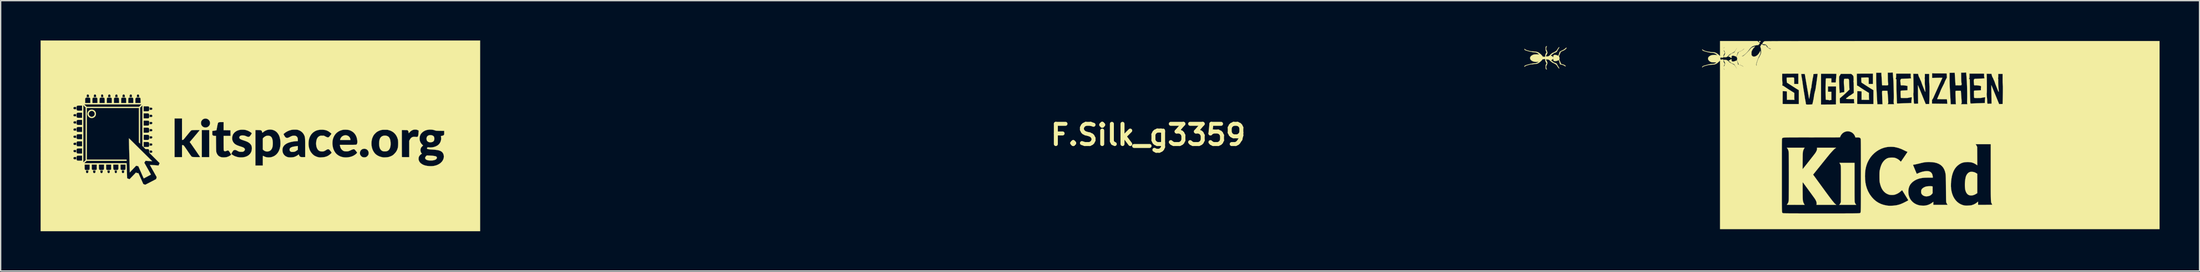
<source format=kicad_pcb>
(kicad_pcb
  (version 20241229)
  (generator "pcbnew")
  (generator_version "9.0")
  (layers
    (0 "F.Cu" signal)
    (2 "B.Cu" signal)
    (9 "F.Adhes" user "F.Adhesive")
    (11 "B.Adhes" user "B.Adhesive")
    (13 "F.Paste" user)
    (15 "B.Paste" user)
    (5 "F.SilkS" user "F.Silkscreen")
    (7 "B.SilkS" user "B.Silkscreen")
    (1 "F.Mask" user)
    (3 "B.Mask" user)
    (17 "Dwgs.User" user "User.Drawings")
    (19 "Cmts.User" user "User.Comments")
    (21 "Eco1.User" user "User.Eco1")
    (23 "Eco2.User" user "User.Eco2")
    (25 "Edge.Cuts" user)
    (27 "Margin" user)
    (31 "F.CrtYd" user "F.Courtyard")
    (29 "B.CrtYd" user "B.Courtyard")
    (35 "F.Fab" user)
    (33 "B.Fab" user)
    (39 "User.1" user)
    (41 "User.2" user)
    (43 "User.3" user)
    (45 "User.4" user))
  (footprint "F.Silk_g3359"
    (layer "F.Cu")
    (at 83.19 7.117)
    (property "Reference" "F.Silk_g3359" (at 0 0 0) (layer "F.SilkS") (effects (font (size 1.524 1.524) (thickness 0.3))))
    (attr through_hole)
    (fp_poly (pts (xy 45.986 -7.026) (xy 45.968 -6.997) (xy 45.957 -6.979) (xy 45.956 -6.976) (xy 45.946 -6.98) (xy 45.933 -6.987) (xy 45.911 -7.006) (xy 45.891 -7.036) (xy 45.872 -7.074) (xy 46.014 -7.074) (xy 45.986 -7.026)) (stroke (width 0.01) (type solid)) (fill yes) (layer "F.SilkS"))
    (fp_poly (pts (xy -60.194 0.038) (xy -60.109 0.068) (xy -60.035 0.118) (xy -59.977 0.184) (xy -59.937 0.264) (xy -59.922 0.328) (xy -59.915 0.381) (xy -60.696 0.381) (xy -60.688 0.346) (xy -60.653 0.251) (xy -60.599 0.17) (xy -60.529 0.105) (xy -60.446 0.059) (xy -60.353 0.033) (xy -60.253 0.029) (xy -60.194 0.038)) (stroke (width 0.01) (type solid)) (fill yes) (layer "F.SilkS"))
    (fp_poly (pts (xy -63.868 1.118) (xy -63.954 1.181) (xy -64.029 1.23) (xy -64.102 1.262) (xy -64.181 1.278) (xy -64.269 1.283) (xy -64.325 1.282) (xy -64.363 1.277) (xy -64.392 1.267) (xy -64.416 1.254) (xy -64.461 1.212) (xy -64.485 1.161) (xy -64.49 1.111) (xy -64.479 1.048) (xy -64.444 0.994) (xy -64.386 0.951) (xy -64.377 0.946) (xy -64.338 0.928) (xy -64.299 0.913) (xy -64.256 0.899) (xy -64.204 0.887) (xy -64.141 0.876) (xy -64.061 0.863) (xy -63.962 0.85) (xy -63.916 0.844) (xy -63.868 0.838) (xy -63.868 1.118)) (stroke (width 0.01) (type solid)) (fill yes) (layer "F.SilkS"))
    (fp_poly (pts (xy -53.837 0.023) (xy -53.753 0.046) (xy -53.69 0.082) (xy -53.646 0.134) (xy -53.621 0.202) (xy -53.613 0.286) (xy -53.622 0.373) (xy -53.65 0.443) (xy -53.697 0.496) (xy -53.762 0.533) (xy -53.846 0.552) (xy -53.883 0.555) (xy -53.966 0.554) (xy -54.027 0.542) (xy -54.031 0.541) (xy -54.105 0.502) (xy -54.158 0.45) (xy -54.191 0.382) (xy -54.203 0.299) (xy -54.204 0.286) (xy -54.193 0.201) (xy -54.162 0.131) (xy -54.113 0.077) (xy -54.048 0.039) (xy -53.967 0.019) (xy -53.874 0.019) (xy -53.837 0.023)) (stroke (width 0.01) (type solid)) (fill yes) (layer "F.SilkS"))
    (fp_poly (pts (xy -54.008 1.556) (xy -53.867 1.563) (xy -53.75 1.572) (xy -53.654 1.583) (xy -53.577 1.596) (xy -53.519 1.611) (xy -53.476 1.63) (xy -53.448 1.653) (xy -53.431 1.679) (xy -53.425 1.711) (xy -53.425 1.723) (xy -53.439 1.779) (xy -53.475 1.828) (xy -53.534 1.867) (xy -53.612 1.897) (xy -53.709 1.918) (xy -53.824 1.928) (xy -53.886 1.929) (xy -53.953 1.927) (xy -54.02 1.922) (xy -54.077 1.915) (xy -54.099 1.911) (xy -54.183 1.885) (xy -54.245 1.849) (xy -54.286 1.805) (xy -54.305 1.754) (xy -54.3 1.699) (xy -54.272 1.643) (xy -54.222 1.588) (xy -54.175 1.547) (xy -54.008 1.556)) (stroke (width 0.01) (type solid)) (fill yes) (layer "F.SilkS"))
    (fp_poly (pts (xy 58.837 3.87) (xy 58.883 3.875) (xy 58.893 3.877) (xy 58.928 3.887) (xy 58.928 4.39) (xy 58.883 4.448) (xy 58.809 4.524) (xy 58.72 4.579) (xy 58.615 4.615) (xy 58.504 4.63) (xy 58.405 4.629) (xy 58.332 4.616) (xy 58.242 4.58) (xy 58.166 4.527) (xy 58.108 4.461) (xy 58.082 4.411) (xy 58.07 4.363) (xy 58.065 4.3) (xy 58.067 4.233) (xy 58.076 4.172) (xy 58.088 4.134) (xy 58.132 4.066) (xy 58.199 4.005) (xy 58.285 3.952) (xy 58.387 3.908) (xy 58.445 3.891) (xy 58.492 3.882) (xy 58.554 3.875) (xy 58.627 3.87) (xy 58.702 3.867) (xy 58.775 3.867) (xy 58.837 3.87)) (stroke (width 0.01) (type solid)) (fill yes) (layer "F.SilkS"))
    (fp_poly (pts (xy -66.019 0.069) (xy -65.942 0.095) (xy -65.879 0.141) (xy -65.828 0.207) (xy -65.791 0.293) (xy -65.765 0.401) (xy -65.751 0.53) (xy -65.748 0.639) (xy -65.753 0.77) (xy -65.767 0.88) (xy -65.792 0.974) (xy -65.828 1.053) (xy -65.877 1.123) (xy -65.894 1.142) (xy -65.963 1.197) (xy -66.045 1.235) (xy -66.137 1.252) (xy -66.231 1.249) (xy -66.251 1.245) (xy -66.336 1.219) (xy -66.407 1.18) (xy -66.445 1.149) (xy -66.497 1.102) (xy -66.497 0.269) (xy -66.465 0.23) (xy -66.418 0.184) (xy -66.358 0.138) (xy -66.296 0.101) (xy -66.254 0.082) (xy -66.212 0.071) (xy -66.157 0.064) (xy -66.11 0.061) (xy -66.019 0.069)) (stroke (width 0.01) (type solid)) (fill yes) (layer "F.SilkS"))
    (fp_poly (pts (xy 61.958 2.789) (xy 62.033 2.804) (xy 62.042 2.807) (xy 62.098 2.828) (xy 62.158 2.857) (xy 62.202 2.882) (xy 62.281 2.933) (xy 62.281 4.388) (xy 62.22 4.428) (xy 62.098 4.498) (xy 61.978 4.543) (xy 61.86 4.564) (xy 61.746 4.561) (xy 61.734 4.559) (xy 61.643 4.532) (xy 61.563 4.482) (xy 61.496 4.41) (xy 61.44 4.316) (xy 61.397 4.201) (xy 61.386 4.162) (xy 61.367 4.057) (xy 61.355 3.935) (xy 61.35 3.801) (xy 61.352 3.66) (xy 61.361 3.519) (xy 61.376 3.383) (xy 61.397 3.258) (xy 61.424 3.148) (xy 61.441 3.097) (xy 61.486 3.005) (xy 61.545 2.923) (xy 61.613 2.858) (xy 61.688 2.811) (xy 61.732 2.794) (xy 61.798 2.784) (xy 61.876 2.782) (xy 61.958 2.789)) (stroke (width 0.01) (type solid)) (fill yes) (layer "F.SilkS"))
    (fp_poly (pts (xy -57.211 0.066) (xy -57.124 0.098) (xy -57.093 0.115) (xy -57.028 0.17) (xy -56.977 0.245) (xy -56.938 0.34) (xy -56.913 0.457) (xy -56.9 0.594) (xy -56.9 0.597) (xy -56.9 0.746) (xy -56.915 0.875) (xy -56.946 0.985) (xy -56.991 1.078) (xy -57.036 1.136) (xy -57.096 1.188) (xy -57.166 1.222) (xy -57.251 1.24) (xy -57.331 1.244) (xy -57.388 1.242) (xy -57.441 1.236) (xy -57.48 1.228) (xy -57.484 1.226) (xy -57.567 1.186) (xy -57.634 1.127) (xy -57.687 1.051) (xy -57.725 0.956) (xy -57.75 0.84) (xy -57.76 0.704) (xy -57.761 0.66) (xy -57.756 0.528) (xy -57.742 0.416) (xy -57.718 0.323) (xy -57.682 0.244) (xy -57.635 0.177) (xy -57.633 0.175) (xy -57.567 0.118) (xy -57.487 0.079) (xy -57.398 0.057) (xy -57.304 0.052) (xy -57.211 0.066)) (stroke (width 0.01) (type solid)) (fill yes) (layer "F.SilkS"))
    (fp_poly (pts (xy 53.061 3.56) (xy 53.061 3.785) (xy 53.061 3.987) (xy 53.061 4.166) (xy 53.061 4.323) (xy 53.062 4.461) (xy 53.062 4.581) (xy 53.063 4.683) (xy 53.064 4.77) (xy 53.065 4.843) (xy 53.066 4.904) (xy 53.068 4.952) (xy 53.07 4.991) (xy 53.072 5.022) (xy 53.074 5.045) (xy 53.077 5.063) (xy 53.08 5.077) (xy 53.081 5.08) (xy 53.107 5.152) (xy 53.141 5.21) (xy 53.167 5.242) (xy 53.192 5.271) (xy 51.913 5.271) (xy 51.94 5.242) (xy 51.96 5.215) (xy 51.984 5.175) (xy 52.003 5.137) (xy 52.038 5.061) (xy 52.042 3.716) (xy 52.042 3.499) (xy 52.043 3.307) (xy 52.043 3.137) (xy 52.043 2.987) (xy 52.043 2.858) (xy 52.042 2.746) (xy 52.042 2.651) (xy 52.041 2.571) (xy 52.04 2.505) (xy 52.039 2.451) (xy 52.037 2.407) (xy 52.035 2.372) (xy 52.033 2.346) (xy 52.03 2.325) (xy 52.027 2.309) (xy 52.025 2.3) (xy 52.01 2.255) (xy 51.995 2.217) (xy 51.986 2.2) (xy 51.965 2.167) (xy 51.948 2.14) (xy 51.927 2.108) (xy 53.061 2.108) (xy 53.061 3.56)) (stroke (width 0.01) (type solid)) (fill yes) (layer "F.SilkS"))
    (fp_poly (pts (xy -79.263 -1.893) (xy -79.186 -1.86) (xy -79.121 -1.808) (xy -79.072 -1.741) (xy -79.041 -1.662) (xy -79.033 -1.587) (xy -79.044 -1.502) (xy -79.076 -1.427) (xy -79.125 -1.364) (xy -79.187 -1.315) (xy -79.26 -1.283) (xy -79.339 -1.27) (xy -79.42 -1.278) (xy -79.483 -1.3) (xy -79.559 -1.349) (xy -79.616 -1.414) (xy -79.653 -1.491) (xy -79.666 -1.578) (xy -79.576 -1.578) (xy -79.563 -1.511) (xy -79.529 -1.45) (xy -79.476 -1.401) (xy -79.452 -1.387) (xy -79.408 -1.37) (xy -79.364 -1.36) (xy -79.35 -1.359) (xy -79.31 -1.365) (xy -79.265 -1.38) (xy -79.248 -1.387) (xy -79.187 -1.431) (xy -79.146 -1.489) (xy -79.124 -1.558) (xy -79.126 -1.631) (xy -79.15 -1.693) (xy -79.193 -1.748) (xy -79.25 -1.789) (xy -79.314 -1.813) (xy -79.35 -1.816) (xy -79.405 -1.806) (xy -79.464 -1.78) (xy -79.513 -1.743) (xy -79.537 -1.716) (xy -79.568 -1.648) (xy -79.576 -1.578) (xy -79.666 -1.578) (xy -79.666 -1.579) (xy -79.667 -1.587) (xy -79.655 -1.674) (xy -79.621 -1.751) (xy -79.57 -1.816) (xy -79.503 -1.865) (xy -79.425 -1.896) (xy -79.35 -1.905) (xy -79.263 -1.893)) (stroke (width 0.01) (type solid)) (fill yes) (layer "F.SilkS"))
    (fp_poly (pts (xy -74.809 1.984) (xy -74.911 1.976) (xy -74.968 1.972) (xy -75.039 1.967) (xy -75.114 1.963) (xy -75.16 1.96) (xy -75.308 1.952) (xy -75.403 2.095) (xy -75.154 2.537) (xy -75.099 2.634) (xy -75.049 2.724) (xy -75.004 2.805) (xy -74.966 2.874) (xy -74.936 2.928) (xy -74.915 2.967) (xy -74.905 2.986) (xy -74.905 2.988) (xy -74.915 2.995) (xy -74.945 3.012) (xy -74.989 3.037) (xy -75.044 3.067) (xy -75.108 3.101) (xy -75.174 3.137) (xy -75.241 3.173) (xy -75.304 3.206) (xy -75.359 3.235) (xy -75.404 3.258) (xy -75.433 3.272) (xy -75.443 3.277) (xy -75.449 3.265) (xy -75.463 3.233) (xy -75.486 3.183) (xy -75.516 3.117) (xy -75.552 3.037) (xy -75.592 2.947) (xy -75.635 2.848) (xy -75.649 2.816) (xy -75.852 2.356) (xy -76.014 2.324) (xy -76.193 2.511) (xy -76.252 2.573) (xy -76.309 2.633) (xy -76.36 2.687) (xy -76.402 2.731) (xy -76.431 2.761) (xy -76.432 2.762) (xy -76.492 2.826) (xy -76.492 2.75) (xy -76.492 2.727) (xy -76.493 2.679) (xy -76.495 2.611) (xy -76.497 2.523) (xy -76.5 2.417) (xy -76.503 2.295) (xy -76.507 2.16) (xy -76.511 2.012) (xy -76.515 1.855) (xy -76.519 1.69) (xy -76.524 1.519) (xy -76.524 1.512) (xy -76.529 1.341) (xy -76.533 1.177) (xy -76.538 1.022) (xy -76.541 0.876) (xy -76.545 0.743) (xy -76.547 0.624) (xy -76.55 0.521) (xy -76.551 0.435) (xy -76.553 0.369) (xy -76.553 0.325) (xy -76.553 0.304) (xy -76.553 0.304) (xy -76.549 0.258) (xy -74.809 1.984)) (stroke (width 0.01) (type solid)) (fill yes) (layer "F.SilkS"))
    (fp_poly (pts (xy 49.296 0.994) (xy 49.262 1.05) (xy 49.23 1.121) (xy 49.202 1.199) (xy 49.191 1.24) (xy 49.186 1.264) (xy 49.182 1.294) (xy 49.179 1.33) (xy 49.176 1.377) (xy 49.173 1.436) (xy 49.171 1.509) (xy 49.17 1.598) (xy 49.168 1.707) (xy 49.167 1.837) (xy 49.166 1.956) (xy 49.161 2.584) (xy 49.194 2.546) (xy 49.219 2.515) (xy 49.258 2.467) (xy 49.307 2.406) (xy 49.365 2.332) (xy 49.431 2.25) (xy 49.502 2.16) (xy 49.576 2.065) (xy 49.652 1.968) (xy 49.728 1.871) (xy 49.802 1.777) (xy 49.873 1.686) (xy 49.938 1.603) (xy 49.995 1.529) (xy 50.043 1.466) (xy 50.081 1.417) (xy 50.105 1.385) (xy 50.113 1.374) (xy 50.175 1.274) (xy 50.217 1.186) (xy 50.241 1.107) (xy 50.247 1.045) (xy 50.248 0.965) (xy 51.683 0.965) (xy 51.638 0.992) (xy 51.603 1.018) (xy 51.554 1.062) (xy 51.495 1.119) (xy 51.429 1.187) (xy 51.358 1.263) (xy 51.285 1.344) (xy 51.212 1.427) (xy 51.148 1.505) (xy 51.11 1.552) (xy 51.058 1.616) (xy 50.994 1.695) (xy 50.921 1.786) (xy 50.839 1.888) (xy 50.751 1.997) (xy 50.658 2.112) (xy 50.564 2.23) (xy 50.469 2.348) (xy 50.467 2.351) (xy 49.951 2.994) (xy 50.639 3.94) (xy 50.778 4.131) (xy 50.903 4.303) (xy 51.015 4.455) (xy 51.115 4.591) (xy 51.204 4.71) (xy 51.283 4.813) (xy 51.351 4.903) (xy 51.412 4.98) (xy 51.464 5.044) (xy 51.509 5.098) (xy 51.548 5.142) (xy 51.582 5.178) (xy 51.612 5.206) (xy 51.635 5.225) (xy 51.693 5.271) (xy 50.207 5.271) (xy 50.216 5.212) (xy 50.218 5.133) (xy 50.2 5.047) (xy 50.163 4.952) (xy 50.104 4.846) (xy 50.085 4.816) (xy 50.07 4.794) (xy 50.042 4.755) (xy 50.003 4.7) (xy 49.954 4.632) (xy 49.897 4.553) (xy 49.834 4.465) (xy 49.765 4.371) (xy 49.694 4.273) (xy 49.622 4.174) (xy 49.549 4.074) (xy 49.478 3.977) (xy 49.411 3.886) (xy 49.349 3.801) (xy 49.294 3.725) (xy 49.246 3.662) (xy 49.209 3.612) (xy 49.184 3.578) (xy 49.172 3.562) (xy 49.169 3.572) (xy 49.167 3.605) (xy 49.166 3.661) (xy 49.165 3.738) (xy 49.164 3.834) (xy 49.164 3.949) (xy 49.164 4.079) (xy 49.165 4.225) (xy 49.165 4.229) (xy 49.167 4.384) (xy 49.168 4.515) (xy 49.169 4.626) (xy 49.171 4.717) (xy 49.173 4.792) (xy 49.176 4.852) (xy 49.178 4.9) (xy 49.182 4.938) (xy 49.186 4.967) (xy 49.19 4.991) (xy 49.191 4.994) (xy 49.23 5.118) (xy 49.286 5.225) (xy 49.289 5.229) (xy 49.317 5.271) (xy 48.649 5.271) (xy 48.521 5.27) (xy 48.401 5.27) (xy 48.292 5.269) (xy 48.196 5.269) (xy 48.114 5.268) (xy 48.05 5.267) (xy 48.005 5.265) (xy 47.983 5.264) (xy 47.981 5.263) (xy 47.988 5.25) (xy 48.006 5.225) (xy 48.018 5.209) (xy 48.06 5.148) (xy 48.089 5.081) (xy 48.109 5.001) (xy 48.12 4.912) (xy 48.122 4.88) (xy 48.124 4.826) (xy 48.125 4.749) (xy 48.126 4.653) (xy 48.127 4.539) (xy 48.128 4.408) (xy 48.129 4.264) (xy 48.13 4.108) (xy 48.131 3.941) (xy 48.131 3.766) (xy 48.132 3.584) (xy 48.132 3.398) (xy 48.132 3.208) (xy 48.132 3.018) (xy 48.132 2.829) (xy 48.131 2.643) (xy 48.131 2.461) (xy 48.131 2.287) (xy 48.13 2.12) (xy 48.129 1.964) (xy 48.128 1.821) (xy 48.127 1.691) (xy 48.126 1.578) (xy 48.125 1.482) (xy 48.123 1.406) (xy 48.122 1.352) (xy 48.12 1.323) (xy 48.105 1.218) (xy 48.08 1.13) (xy 48.042 1.054) (xy 48.012 1.01) (xy 47.978 0.965) (xy 49.317 0.965) (xy 49.296 0.994)) (stroke (width 0.01) (type solid)) (fill yes) (layer "F.SilkS"))
    (fp_poly (pts (xy 29.942 -6.69) (xy 29.945 -6.677) (xy 29.936 -6.65) (xy 29.921 -6.615) (xy 29.907 -6.572) (xy 29.899 -6.524) (xy 29.896 -6.477) (xy 29.899 -6.437) (xy 29.908 -6.413) (xy 29.914 -6.409) (xy 29.928 -6.393) (xy 29.944 -6.359) (xy 29.961 -6.314) (xy 29.976 -6.264) (xy 29.987 -6.217) (xy 29.991 -6.18) (xy 29.99 -6.165) (xy 29.979 -6.137) (xy 29.96 -6.095) (xy 29.935 -6.049) (xy 29.932 -6.043) (xy 29.902 -5.988) (xy 29.886 -5.951) (xy 29.886 -5.928) (xy 29.902 -5.917) (xy 29.936 -5.913) (xy 29.969 -5.913) (xy 30.046 -5.92) (xy 30.107 -5.943) (xy 30.159 -5.983) (xy 30.19 -6.02) (xy 30.217 -6.049) (xy 30.255 -6.084) (xy 30.299 -6.12) (xy 30.344 -6.154) (xy 30.384 -6.18) (xy 30.414 -6.195) (xy 30.423 -6.198) (xy 30.442 -6.204) (xy 30.477 -6.22) (xy 30.521 -6.244) (xy 30.568 -6.27) (xy 30.611 -6.297) (xy 30.646 -6.32) (xy 30.664 -6.334) (xy 30.681 -6.355) (xy 30.707 -6.392) (xy 30.74 -6.44) (xy 30.771 -6.488) (xy 30.813 -6.551) (xy 30.846 -6.593) (xy 30.87 -6.615) (xy 30.883 -6.616) (xy 30.886 -6.601) (xy 30.879 -6.584) (xy 30.861 -6.552) (xy 30.835 -6.508) (xy 30.803 -6.458) (xy 30.77 -6.405) (xy 30.741 -6.356) (xy 30.721 -6.318) (xy 30.713 -6.297) (xy 30.702 -6.275) (xy 30.676 -6.253) (xy 30.634 -6.228) (xy 30.571 -6.201) (xy 30.515 -6.179) (xy 30.481 -6.164) (xy 30.459 -6.151) (xy 30.455 -6.146) (xy 30.445 -6.135) (xy 30.419 -6.116) (xy 30.401 -6.105) (xy 30.361 -6.077) (xy 30.317 -6.04) (xy 30.29 -6.014) (xy 30.233 -5.956) (xy 30.271 -5.956) (xy 30.318 -5.946) (xy 30.364 -5.918) (xy 30.399 -5.882) (xy 30.421 -5.859) (xy 30.438 -5.854) (xy 30.446 -5.867) (xy 30.442 -5.887) (xy 30.435 -5.935) (xy 30.45 -5.978) (xy 30.483 -6.012) (xy 30.529 -6.03) (xy 30.555 -6.032) (xy 30.611 -6.026) (xy 30.677 -6.011) (xy 30.74 -5.99) (xy 30.768 -5.977) (xy 30.796 -5.964) (xy 30.811 -5.965) (xy 30.821 -5.979) (xy 30.824 -5.983) (xy 30.833 -6.007) (xy 30.848 -6.048) (xy 30.863 -6.099) (xy 30.869 -6.12) (xy 30.886 -6.173) (xy 30.902 -6.219) (xy 30.916 -6.252) (xy 30.92 -6.259) (xy 30.94 -6.277) (xy 30.981 -6.303) (xy 31.039 -6.334) (xy 31.1 -6.364) (xy 31.175 -6.401) (xy 31.231 -6.432) (xy 31.276 -6.462) (xy 31.315 -6.494) (xy 31.333 -6.511) (xy 31.378 -6.551) (xy 31.409 -6.57) (xy 31.427 -6.567) (xy 31.433 -6.547) (xy 31.424 -6.531) (xy 31.4 -6.504) (xy 31.366 -6.47) (xy 31.356 -6.461) (xy 31.311 -6.423) (xy 31.26 -6.39) (xy 31.199 -6.358) (xy 31.135 -6.33) (xy 31.067 -6.299) (xy 31.021 -6.275) (xy 30.994 -6.256) (xy 30.984 -6.242) (xy 30.976 -6.219) (xy 30.96 -6.178) (xy 30.94 -6.128) (xy 30.917 -6.074) (xy 30.894 -6.023) (xy 30.875 -5.982) (xy 30.867 -5.965) (xy 30.857 -5.939) (xy 30.859 -5.917) (xy 30.874 -5.889) (xy 30.89 -5.847) (xy 30.898 -5.795) (xy 30.898 -5.743) (xy 30.887 -5.703) (xy 30.887 -5.703) (xy 30.883 -5.686) (xy 30.889 -5.661) (xy 30.903 -5.622) (xy 30.928 -5.565) (xy 30.936 -5.548) (xy 30.962 -5.492) (xy 30.983 -5.442) (xy 30.998 -5.404) (xy 31.003 -5.385) (xy 31.008 -5.368) (xy 31.022 -5.355) (xy 31.051 -5.343) (xy 31.094 -5.331) (xy 31.15 -5.315) (xy 31.205 -5.296) (xy 31.242 -5.282) (xy 31.287 -5.258) (xy 31.325 -5.231) (xy 31.352 -5.203) (xy 31.364 -5.18) (xy 31.36 -5.168) (xy 31.345 -5.165) (xy 31.317 -5.178) (xy 31.288 -5.199) (xy 31.209 -5.247) (xy 31.117 -5.284) (xy 31.029 -5.303) (xy 30.989 -5.31) (xy 30.959 -5.317) (xy 30.951 -5.321) (xy 30.941 -5.337) (xy 30.929 -5.371) (xy 30.917 -5.418) (xy 30.912 -5.439) (xy 30.894 -5.509) (xy 30.875 -5.569) (xy 30.855 -5.615) (xy 30.841 -5.637) (xy 30.828 -5.635) (xy 30.806 -5.623) (xy 30.758 -5.599) (xy 30.694 -5.58) (xy 30.626 -5.567) (xy 30.569 -5.563) (xy 30.508 -5.57) (xy 30.466 -5.592) (xy 30.444 -5.63) (xy 30.439 -5.684) (xy 30.438 -5.718) (xy 30.434 -5.738) (xy 30.431 -5.74) (xy 30.417 -5.732) (xy 30.393 -5.711) (xy 30.385 -5.703) (xy 30.35 -5.674) (xy 30.311 -5.652) (xy 30.305 -5.65) (xy 30.262 -5.636) (xy 30.298 -5.598) (xy 30.33 -5.569) (xy 30.372 -5.537) (xy 30.394 -5.521) (xy 30.427 -5.498) (xy 30.449 -5.48) (xy 30.455 -5.473) (xy 30.465 -5.463) (xy 30.492 -5.451) (xy 30.502 -5.447) (xy 30.571 -5.422) (xy 30.63 -5.396) (xy 30.675 -5.371) (xy 30.702 -5.35) (xy 30.709 -5.337) (xy 30.715 -5.317) (xy 30.733 -5.282) (xy 30.76 -5.235) (xy 30.792 -5.181) (xy 30.797 -5.172) (xy 30.838 -5.108) (xy 30.865 -5.061) (xy 30.88 -5.03) (xy 30.885 -5.012) (xy 30.88 -5.005) (xy 30.875 -5.004) (xy 30.857 -5.015) (xy 30.828 -5.046) (xy 30.791 -5.097) (xy 30.748 -5.163) (xy 30.732 -5.188) (xy 30.702 -5.237) (xy 30.676 -5.272) (xy 30.65 -5.298) (xy 30.615 -5.323) (xy 30.566 -5.352) (xy 30.555 -5.358) (xy 30.506 -5.385) (xy 30.465 -5.407) (xy 30.437 -5.42) (xy 30.428 -5.423) (xy 30.407 -5.43) (xy 30.373 -5.45) (xy 30.331 -5.479) (xy 30.287 -5.511) (xy 30.246 -5.543) (xy 30.215 -5.572) (xy 30.202 -5.585) (xy 30.145 -5.639) (xy 30.072 -5.674) (xy 29.987 -5.689) (xy 29.966 -5.69) (xy 29.921 -5.688) (xy 29.892 -5.683) (xy 29.883 -5.677) (xy 29.889 -5.66) (xy 29.905 -5.628) (xy 29.928 -5.586) (xy 29.936 -5.572) (xy 29.967 -5.511) (xy 29.984 -5.463) (xy 29.988 -5.429) (xy 29.983 -5.388) (xy 29.97 -5.336) (xy 29.952 -5.284) (xy 29.932 -5.24) (xy 29.914 -5.214) (xy 29.901 -5.187) (xy 29.896 -5.143) (xy 29.899 -5.091) (xy 29.91 -5.039) (xy 29.921 -5.006) (xy 29.939 -4.964) (xy 29.945 -4.94) (xy 29.94 -4.93) (xy 29.929 -4.928) (xy 29.911 -4.938) (xy 29.889 -4.962) (xy 29.884 -4.971) (xy 29.871 -4.995) (xy 29.863 -5.022) (xy 29.859 -5.058) (xy 29.858 -5.11) (xy 29.859 -5.139) (xy 29.86 -5.2) (xy 29.864 -5.243) (xy 29.872 -5.276) (xy 29.885 -5.307) (xy 29.898 -5.331) (xy 29.935 -5.399) (xy 29.909 -5.435) (xy 29.867 -5.508) (xy 29.84 -5.582) (xy 29.833 -5.642) (xy 29.826 -5.689) (xy 29.807 -5.717) (xy 29.778 -5.723) (xy 29.754 -5.714) (xy 29.724 -5.706) (xy 29.684 -5.705) (xy 29.679 -5.706) (xy 29.645 -5.708) (xy 29.628 -5.7) (xy 29.623 -5.69) (xy 29.608 -5.666) (xy 29.578 -5.631) (xy 29.536 -5.588) (xy 29.488 -5.543) (xy 29.437 -5.498) (xy 29.389 -5.46) (xy 29.366 -5.444) (xy 29.313 -5.411) (xy 29.257 -5.384) (xy 29.21 -5.367) (xy 29.17 -5.359) (xy 29.112 -5.351) (xy 29.042 -5.342) (xy 28.968 -5.335) (xy 28.896 -5.329) (xy 28.834 -5.325) (xy 28.797 -5.325) (xy 28.772 -5.321) (xy 28.728 -5.312) (xy 28.67 -5.298) (xy 28.602 -5.281) (xy 28.562 -5.27) (xy 28.485 -5.248) (xy 28.429 -5.231) (xy 28.388 -5.216) (xy 28.359 -5.201) (xy 28.337 -5.186) (xy 28.323 -5.173) (xy 28.29 -5.146) (xy 28.268 -5.139) (xy 28.258 -5.154) (xy 28.258 -5.161) (xy 28.266 -5.179) (xy 28.287 -5.205) (xy 28.292 -5.21) (xy 28.312 -5.225) (xy 28.343 -5.24) (xy 28.388 -5.257) (xy 28.45 -5.277) (xy 28.534 -5.301) (xy 28.543 -5.303) (xy 28.621 -5.324) (xy 28.698 -5.343) (xy 28.767 -5.359) (xy 28.822 -5.37) (xy 28.848 -5.374) (xy 28.905 -5.38) (xy 28.973 -5.389) (xy 29.04 -5.397) (xy 29.051 -5.398) (xy 29.144 -5.414) (xy 29.219 -5.439) (xy 29.283 -5.476) (xy 29.304 -5.492) (xy 29.34 -5.522) (xy 29.285 -5.511) (xy 29.176 -5.5) (xy 29.063 -5.507) (xy 28.953 -5.53) (xy 28.857 -5.568) (xy 28.782 -5.617) (xy 28.729 -5.673) (xy 28.699 -5.733) (xy 28.691 -5.796) (xy 28.704 -5.858) (xy 28.738 -5.917) (xy 28.793 -5.971) (xy 28.868 -6.016) (xy 28.96 -6.052) (xy 29.009 -6.061) (xy 29.071 -6.068) (xy 29.141 -6.072) (xy 29.211 -6.073) (xy 29.274 -6.07) (xy 29.323 -6.064) (xy 29.342 -6.058) (xy 29.372 -6.049) (xy 29.381 -6.052) (xy 29.371 -6.068) (xy 29.34 -6.097) (xy 29.328 -6.107) (xy 29.267 -6.154) (xy 29.208 -6.187) (xy 29.142 -6.208) (xy 29.061 -6.222) (xy 29.043 -6.224) (xy 28.948 -6.235) (xy 28.871 -6.244) (xy 28.805 -6.254) (xy 28.743 -6.266) (xy 28.679 -6.281) (xy 28.605 -6.3) (xy 28.544 -6.316) (xy 28.462 -6.339) (xy 28.401 -6.358) (xy 28.357 -6.373) (xy 28.325 -6.387) (xy 28.303 -6.401) (xy 28.291 -6.412) (xy 28.265 -6.445) (xy 28.262 -6.471) (xy 28.262 -6.472) (xy 28.27 -6.483) (xy 28.282 -6.481) (xy 28.304 -6.462) (xy 28.312 -6.454) (xy 28.351 -6.424) (xy 28.398 -6.399) (xy 28.409 -6.395) (xy 28.457 -6.379) (xy 28.517 -6.362) (xy 28.582 -6.344) (xy 28.648 -6.327) (xy 28.71 -6.312) (xy 28.762 -6.301) (xy 28.8 -6.294) (xy 28.819 -6.293) (xy 28.82 -6.293) (xy 28.842 -6.296) (xy 28.884 -6.295) (xy 28.939 -6.291) (xy 29.001 -6.285) (xy 29.066 -6.278) (xy 29.126 -6.27) (xy 29.177 -6.261) (xy 29.202 -6.256) (xy 29.253 -6.241) (xy 29.297 -6.223) (xy 29.34 -6.199) (xy 29.389 -6.164) (xy 29.441 -6.124) (xy 29.485 -6.085) (xy 29.531 -6.041) (xy 29.573 -5.996) (xy 29.608 -5.954) (xy 29.633 -5.92) (xy 29.642 -5.898) (xy 29.642 -5.897) (xy 29.653 -5.891) (xy 29.68 -5.89) (xy 29.685 -5.89) (xy 29.722 -5.89) (xy 29.75 -5.883) (xy 29.751 -5.883) (xy 29.785 -5.878) (xy 29.803 -5.883) (xy 29.82 -5.895) (xy 29.829 -5.913) (xy 29.832 -5.946) (xy 29.833 -5.968) (xy 29.845 -6.056) (xy 29.882 -6.144) (xy 29.909 -6.185) (xy 29.935 -6.222) (xy 29.899 -6.289) (xy 29.882 -6.325) (xy 29.871 -6.358) (xy 29.864 -6.397) (xy 29.861 -6.449) (xy 29.86 -6.481) (xy 29.859 -6.541) (xy 29.861 -6.583) (xy 29.866 -6.613) (xy 29.876 -6.637) (xy 29.884 -6.649) (xy 29.905 -6.677) (xy 29.924 -6.692) (xy 29.929 -6.693) (xy 29.942 -6.69)) (stroke (width 0.01) (type solid)) (fill yes) (layer "F.SilkS"))
    (fp_poly (pts (xy -50.178 7.252) (xy -83.185 7.252) (xy -83.185 2.68) (xy -79.781 2.68) (xy -79.781 2.762) (xy -79.78 2.808) (xy -79.775 2.837) (xy -79.764 2.854) (xy -79.753 2.863) (xy -79.71 2.881) (xy -79.665 2.878) (xy -79.629 2.857) (xy -79.613 2.835) (xy -79.606 2.803) (xy -79.604 2.756) (xy -79.604 2.68) (xy -79.248 2.68) (xy -79.248 2.756) (xy -79.246 2.805) (xy -79.238 2.836) (xy -79.223 2.857) (xy -79.185 2.879) (xy -79.14 2.88) (xy -79.098 2.863) (xy -79.083 2.848) (xy -79.074 2.828) (xy -79.071 2.793) (xy -79.07 2.762) (xy -79.07 2.68) (xy -78.702 2.68) (xy -78.702 2.758) (xy -78.699 2.814) (xy -78.688 2.849) (xy -78.681 2.86) (xy -78.65 2.878) (xy -78.608 2.882) (xy -78.568 2.873) (xy -78.556 2.865) (xy -78.541 2.848) (xy -78.532 2.816) (xy -78.527 2.766) (xy -78.526 2.764) (xy -78.521 2.68) (xy -78.168 2.68) (xy -78.168 2.756) (xy -78.166 2.805) (xy -78.158 2.836) (xy -78.143 2.857) (xy -78.106 2.879) (xy -78.06 2.88) (xy -78.019 2.863) (xy -78.003 2.848) (xy -77.995 2.828) (xy -77.991 2.793) (xy -77.991 2.762) (xy -77.991 2.68) (xy -77.622 2.68) (xy -77.622 2.758) (xy -77.619 2.814) (xy -77.609 2.849) (xy -77.601 2.86) (xy -77.569 2.878) (xy -77.529 2.881) (xy -77.49 2.869) (xy -77.481 2.862) (xy -77.467 2.842) (xy -77.459 2.811) (xy -77.457 2.762) (xy -77.457 2.76) (xy -77.457 2.68) (xy -77.089 2.68) (xy -77.089 2.762) (xy -77.088 2.808) (xy -77.083 2.837) (xy -77.072 2.854) (xy -77.061 2.863) (xy -77.017 2.881) (xy -76.973 2.878) (xy -76.937 2.857) (xy -76.921 2.835) (xy -76.913 2.803) (xy -76.911 2.756) (xy -76.911 2.68) (xy -77.089 2.68) (xy -77.457 2.68) (xy -77.622 2.68) (xy -77.991 2.68) (xy -78.168 2.68) (xy -78.521 2.68) (xy -78.702 2.68) (xy -79.07 2.68) (xy -79.248 2.68) (xy -79.604 2.68) (xy -79.781 2.68) (xy -83.185 2.68) (xy -83.185 2.235) (xy -79.883 2.235) (xy -79.883 2.417) (xy -79.882 2.499) (xy -79.879 2.559) (xy -79.87 2.601) (xy -79.853 2.628) (xy -79.824 2.643) (xy -79.782 2.65) (xy -79.724 2.652) (xy -79.698 2.653) (xy -79.646 2.652) (xy -79.598 2.647) (xy -79.567 2.64) (xy -79.535 2.624) (xy -79.515 2.603) (xy -79.514 2.603) (xy -79.51 2.582) (xy -79.506 2.541) (xy -79.503 2.486) (xy -79.502 2.422) (xy -79.502 2.407) (xy -79.502 2.235) (xy -79.35 2.235) (xy -79.35 2.406) (xy -79.349 2.47) (xy -79.347 2.527) (xy -79.345 2.571) (xy -79.342 2.595) (xy -79.341 2.598) (xy -79.319 2.624) (xy -79.277 2.642) (xy -79.212 2.65) (xy -79.138 2.651) (xy -79.077 2.648) (xy -79.037 2.642) (xy -79.01 2.634) (xy -78.995 2.623) (xy -78.984 2.612) (xy -78.977 2.597) (xy -78.973 2.575) (xy -78.97 2.54) (xy -78.969 2.488) (xy -78.969 2.417) (xy -78.969 2.235) (xy -78.816 2.235) (xy -78.816 2.397) (xy -78.814 2.485) (xy -78.808 2.55) (xy -78.795 2.597) (xy -78.772 2.627) (xy -78.737 2.644) (xy -78.687 2.651) (xy -78.619 2.652) (xy -78.604 2.652) (xy -78.547 2.649) (xy -78.509 2.645) (xy -78.484 2.638) (xy -78.465 2.625) (xy -78.455 2.617) (xy -78.442 2.604) (xy -78.433 2.59) (xy -78.427 2.571) (xy -78.424 2.542) (xy -78.423 2.498) (xy -78.423 2.435) (xy -78.422 2.411) (xy -78.422 2.235) (xy -78.27 2.235) (xy -78.27 2.406) (xy -78.27 2.47) (xy -78.268 2.527) (xy -78.265 2.571) (xy -78.262 2.595) (xy -78.262 2.598) (xy -78.238 2.625) (xy -78.19 2.643) (xy -78.12 2.651) (xy -78.066 2.651) (xy -78 2.647) (xy -77.955 2.639) (xy -77.924 2.626) (xy -77.923 2.625) (xy -77.889 2.603) (xy -77.889 2.235) (xy -77.737 2.235) (xy -77.737 2.404) (xy -77.735 2.49) (xy -77.73 2.554) (xy -77.718 2.598) (xy -77.695 2.627) (xy -77.661 2.644) (xy -77.611 2.651) (xy -77.543 2.651) (xy -77.523 2.651) (xy -77.467 2.649) (xy -77.43 2.646) (xy -77.406 2.64) (xy -77.389 2.629) (xy -77.374 2.612) (xy -77.361 2.597) (xy -77.353 2.58) (xy -77.347 2.557) (xy -77.344 2.524) (xy -77.343 2.475) (xy -77.343 2.406) (xy -77.343 2.235) (xy -77.191 2.235) (xy -77.184 2.61) (xy -77.14 2.632) (xy -77.097 2.645) (xy -77.039 2.653) (xy -76.976 2.654) (xy -76.916 2.65) (xy -76.875 2.64) (xy -76.843 2.624) (xy -76.822 2.603) (xy -76.822 2.603) (xy -76.817 2.582) (xy -76.814 2.541) (xy -76.811 2.486) (xy -76.81 2.422) (xy -76.81 2.407) (xy -76.81 2.235) (xy -77.191 2.235) (xy -77.343 2.235) (xy -77.737 2.235) (xy -77.889 2.235) (xy -78.27 2.235) (xy -78.422 2.235) (xy -78.816 2.235) (xy -78.969 2.235) (xy -79.35 2.235) (xy -79.502 2.235) (xy -79.883 2.235) (xy -83.185 2.235) (xy -83.185 2.133) (xy -79.915 2.133) (xy -78.325 2.133) (xy -76.736 2.134) (xy -76.728 2.238) (xy -76.726 2.276) (xy -76.723 2.335) (xy -76.72 2.412) (xy -76.717 2.503) (xy -76.714 2.604) (xy -76.71 2.713) (xy -76.707 2.806) (xy -76.704 2.912) (xy -76.701 3.009) (xy -76.699 3.095) (xy -76.696 3.167) (xy -76.694 3.222) (xy -76.693 3.258) (xy -76.692 3.271) (xy -76.692 3.271) (xy -76.679 3.276) (xy -76.649 3.288) (xy -76.608 3.304) (xy -76.6 3.307) (xy -76.511 3.341) (xy -76.016 2.829) (xy -75.992 2.856) (xy -75.957 2.877) (xy -75.913 2.883) (xy -75.872 2.871) (xy -75.865 2.871) (xy -75.857 2.877) (xy -75.846 2.891) (xy -75.831 2.917) (xy -75.811 2.956) (xy -75.786 3.009) (xy -75.753 3.08) (xy -75.713 3.17) (xy -75.664 3.281) (xy -75.478 3.702) (xy -75.411 3.73) (xy -75.371 3.744) (xy -75.34 3.753) (xy -75.327 3.755) (xy -75.312 3.749) (xy -75.278 3.732) (xy -75.227 3.706) (xy -75.161 3.672) (xy -75.083 3.632) (xy -74.996 3.587) (xy -74.912 3.543) (xy -74.513 3.334) (xy -74.491 3.261) (xy -74.478 3.212) (xy -74.477 3.179) (xy -74.482 3.159) (xy -74.491 3.142) (xy -74.511 3.105) (xy -74.541 3.052) (xy -74.579 2.984) (xy -74.624 2.904) (xy -74.673 2.815) (xy -74.727 2.719) (xy -74.738 2.7) (xy -74.792 2.605) (xy -74.841 2.516) (xy -74.885 2.438) (xy -74.921 2.371) (xy -74.95 2.318) (xy -74.969 2.283) (xy -74.977 2.266) (xy -74.977 2.265) (xy -74.964 2.265) (xy -74.93 2.266) (xy -74.879 2.269) (xy -74.815 2.273) (xy -74.743 2.278) (xy -74.667 2.283) (xy -74.591 2.288) (xy -74.52 2.294) (xy -74.457 2.298) (xy -74.407 2.303) (xy -74.392 2.304) (xy -74.331 2.31) (xy -74.289 2.219) (xy -74.247 2.127) (xy -74.639 1.733) (xy -75.025 1.346) (xy -75.007 1.346) (xy -74.919 1.346) (xy -74.87 1.345) (xy -74.84 1.341) (xy -74.822 1.332) (xy -74.81 1.318) (xy -74.792 1.274) (xy -74.799 1.231) (xy -74.822 1.199) (xy -74.844 1.181) (xy -74.868 1.172) (xy -74.904 1.17) (xy -74.927 1.171) (xy -75 1.175) (xy -75.004 1.26) (xy -75.007 1.346) (xy -75.025 1.346) (xy -75.032 1.34) (xy -75.032 1.234) (xy -75.032 1.181) (xy -75.036 1.146) (xy -75.043 1.123) (xy -75.056 1.105) (xy -75.063 1.098) (xy -75.081 1.083) (xy -75.1 1.073) (xy -75.129 1.069) (xy -75.173 1.067) (xy -75.202 1.067) (xy -75.311 1.067) (xy -75.425 0.95) (xy -75.54 0.833) (xy -75.54 0.533) (xy -75.451 0.533) (xy -75.451 0.914) (xy -75.267 0.914) (xy -75.195 0.914) (xy -75.143 0.913) (xy -75.109 0.911) (xy -75.086 0.906) (xy -75.071 0.899) (xy -75.059 0.888) (xy -75.057 0.887) (xy -75.046 0.871) (xy -75.038 0.851) (xy -75.034 0.821) (xy -75.032 0.776) (xy -75.032 0.724) (xy -75.032 0.657) (xy -75.034 0.635) (xy -75.006 0.635) (xy -75.006 0.813) (xy -74.926 0.813) (xy -74.873 0.81) (xy -74.833 0.801) (xy -74.822 0.795) (xy -74.803 0.771) (xy -74.797 0.729) (xy -74.797 0.724) (xy -74.802 0.683) (xy -74.819 0.656) (xy -74.852 0.641) (xy -74.904 0.635) (xy -74.926 0.635) (xy -75.006 0.635) (xy -75.034 0.635) (xy -75.036 0.608) (xy -75.046 0.574) (xy -75.066 0.552) (xy -75.099 0.54) (xy -75.149 0.535) (xy -75.22 0.533) (xy -75.267 0.533) (xy -75.451 0.533) (xy -75.54 0.533) (xy -75.54 0.236) (xy -75.449 0.236) (xy -75.449 0.293) (xy -75.448 0.337) (xy -75.446 0.362) (xy -75.445 0.365) (xy -75.436 0.372) (xy -75.411 0.377) (xy -75.369 0.379) (xy -75.306 0.381) (xy -75.266 0.381) (xy -75.197 0.381) (xy -75.148 0.38) (xy -75.115 0.377) (xy -75.093 0.372) (xy -75.078 0.364) (xy -75.065 0.352) (xy -75.063 0.35) (xy -75.049 0.334) (xy -75.04 0.317) (xy -75.035 0.292) (xy -75.032 0.254) (xy -75.032 0.198) (xy -75.032 0.186) (xy -75.032 0.118) (xy -75.033 0.102) (xy -75.006 0.102) (xy -75.006 0.182) (xy -75.005 0.225) (xy -75.002 0.257) (xy -74.998 0.271) (xy -74.981 0.276) (xy -74.948 0.279) (xy -74.921 0.279) (xy -74.876 0.277) (xy -74.846 0.267) (xy -74.821 0.248) (xy -74.795 0.207) (xy -74.794 0.164) (xy -74.81 0.13) (xy -74.824 0.115) (xy -74.844 0.106) (xy -74.876 0.102) (xy -74.918 0.102) (xy -75.006 0.102) (xy -75.033 0.102) (xy -75.036 0.068) (xy -75.046 0.034) (xy -75.067 0.012) (xy -75.101 0.000104) (xy -75.152 -0.005) (xy -75.223 -0.006) (xy -75.262 -0.006) (xy -75.444 -0.006) (xy -75.448 0.171) (xy -75.449 0.236) (xy -75.54 0.236) (xy -75.54 -0.546) (xy -75.451 -0.546) (xy -75.451 -0.165) (xy -75.267 -0.165) (xy -75.194 -0.165) (xy -75.142 -0.167) (xy -75.106 -0.169) (xy -75.083 -0.174) (xy -75.068 -0.181) (xy -75.057 -0.191) (xy -75.046 -0.205) (xy -75.038 -0.224) (xy -75.034 -0.254) (xy -75.033 -0.266) (xy -75.007 -0.266) (xy -74.915 -0.269) (xy -74.867 -0.272) (xy -74.837 -0.277) (xy -74.819 -0.286) (xy -74.807 -0.302) (xy -74.805 -0.306) (xy -74.793 -0.35) (xy -74.803 -0.396) (xy -74.824 -0.425) (xy -74.844 -0.437) (xy -74.878 -0.442) (xy -74.922 -0.442) (xy -75 -0.438) (xy -75.004 -0.352) (xy -75.007 -0.266) (xy -75.033 -0.266) (xy -75.032 -0.299) (xy -75.032 -0.352) (xy -75.032 -0.413) (xy -75.034 -0.455) (xy -75.039 -0.483) (xy -75.047 -0.501) (xy -75.059 -0.517) (xy -75.071 -0.528) (xy -75.085 -0.536) (xy -75.106 -0.541) (xy -75.137 -0.544) (xy -75.184 -0.546) (xy -75.25 -0.546) (xy -75.269 -0.546) (xy -75.451 -0.546) (xy -75.54 -0.546) (xy -75.54 -1.079) (xy -75.451 -1.079) (xy -75.451 -0.699) (xy -75.267 -0.699) (xy -75.196 -0.699) (xy -75.145 -0.699) (xy -75.111 -0.702) (xy -75.089 -0.706) (xy -75.075 -0.713) (xy -75.064 -0.724) (xy -75.058 -0.732) (xy -75.046 -0.751) (xy -75.038 -0.774) (xy -75.034 -0.807) (xy -75.032 -0.856) (xy -75.032 -0.894) (xy -75.032 -0.96) (xy -75.033 -0.978) (xy -75.006 -0.978) (xy -75.006 -0.897) (xy -75.005 -0.854) (xy -75.002 -0.822) (xy -74.998 -0.809) (xy -74.981 -0.804) (xy -74.948 -0.801) (xy -74.921 -0.8) (xy -74.876 -0.803) (xy -74.846 -0.812) (xy -74.821 -0.831) (xy -74.795 -0.872) (xy -74.794 -0.916) (xy -74.81 -0.95) (xy -74.824 -0.965) (xy -74.844 -0.973) (xy -74.876 -0.977) (xy -74.918 -0.978) (xy -75.006 -0.978) (xy -75.033 -0.978) (xy -75.035 -1.008) (xy -75.044 -1.041) (xy -75.063 -1.062) (xy -75.096 -1.073) (xy -75.144 -1.078) (xy -75.213 -1.079) (xy -75.451 -1.079) (xy -75.54 -1.079) (xy -75.54 -1.626) (xy -75.451 -1.626) (xy -75.451 -1.245) (xy -75.261 -1.245) (xy -73.127 -1.245) (xy -73.127 1.676) (xy -72.568 1.676) (xy -72.568 0.775) (xy -72.518 0.775) (xy -72.476 0.781) (xy -72.443 0.796) (xy -72.442 0.797) (xy -72.429 0.812) (xy -72.403 0.846) (xy -72.367 0.896) (xy -72.322 0.96) (xy -72.27 1.035) (xy -72.212 1.119) (xy -72.151 1.209) (xy -72.145 1.219) (xy -72.07 1.33) (xy -72.007 1.422) (xy -71.955 1.495) (xy -71.914 1.552) (xy -71.881 1.594) (xy -71.856 1.623) (xy -71.838 1.64) (xy -71.831 1.644) (xy -71.815 1.653) (xy -71.796 1.659) (xy -71.771 1.664) (xy -71.737 1.667) (xy -71.69 1.67) (xy -71.626 1.672) (xy -71.541 1.674) (xy -71.496 1.674) (xy -71.401 1.675) (xy -71.328 1.676) (xy -71.276 1.675) (xy -71.241 1.673) (xy -71.22 1.67) (xy -71.212 1.665) (xy -71.212 1.662) (xy -71.221 1.647) (xy -71.243 1.613) (xy -71.275 1.564) (xy -71.318 1.501) (xy -71.368 1.428) (xy -71.424 1.345) (xy -71.484 1.257) (xy -71.547 1.165) (xy -71.611 1.072) (xy -71.675 0.981) (xy -71.735 0.893) (xy -71.792 0.811) (xy -71.843 0.738) (xy -71.886 0.676) (xy -71.92 0.628) (xy -71.944 0.596) (xy -71.954 0.584) (xy -71.978 0.553) (xy -71.981 0.53) (xy -71.965 0.509) (xy -71.963 0.506) (xy -71.95 0.493) (xy -71.924 0.463) (xy -71.886 0.419) (xy -71.838 0.363) (xy -71.782 0.298) (xy -71.721 0.225) (xy -71.656 0.148) (xy -71.589 0.068) (xy -71.523 -0.011) (xy -71.458 -0.088) (xy -71.398 -0.16) (xy -71.345 -0.224) (xy -71.3 -0.279) (xy -71.265 -0.322) (xy -71.242 -0.35) (xy -71.234 -0.361) (xy -71.234 -0.361) (xy -71.246 -0.364) (xy -71.279 -0.367) (xy -71.329 -0.368) (xy -71.351 -0.368) (xy -71.082 -0.368) (xy -71.082 1.676) (xy -70.523 1.676) (xy -70.523 -0.083) (xy -70.292 -0.083) (xy -70.289 -0.027) (xy -70.282 0.006) (xy -70.28 0.009) (xy -70.248 0.043) (xy -70.195 0.065) (xy -70.124 0.076) (xy -70.1 0.076) (xy -70.017 0.076) (xy -70.012 0.664) (xy -70.011 0.804) (xy -70.009 0.921) (xy -70.008 1.017) (xy -70.006 1.095) (xy -70.004 1.158) (xy -70.001 1.207) (xy -69.998 1.245) (xy -69.995 1.274) (xy -69.99 1.298) (xy -69.985 1.317) (xy -69.984 1.321) (xy -69.939 1.432) (xy -69.881 1.521) (xy -69.809 1.592) (xy -69.719 1.645) (xy -69.621 1.68) (xy -69.552 1.692) (xy -69.468 1.697) (xy -69.376 1.695) (xy -69.287 1.687) (xy -69.207 1.672) (xy -69.197 1.67) (xy -69.114 1.642) (xy -69.031 1.604) (xy -68.958 1.562) (xy -68.918 1.533) (xy -68.869 1.491) (xy -68.904 1.434) (xy -68.865 1.434) (xy -68.865 1.436) (xy -68.845 1.457) (xy -68.807 1.485) (xy -68.758 1.517) (xy -68.703 1.551) (xy -68.646 1.581) (xy -68.595 1.606) (xy -68.575 1.614) (xy -68.405 1.668) (xy -68.233 1.696) (xy -68.062 1.698) (xy -67.926 1.682) (xy -67.786 1.647) (xy -67.662 1.594) (xy -67.555 1.524) (xy -67.466 1.437) (xy -67.428 1.387) (xy -67.374 1.29) (xy -67.339 1.188) (xy -67.323 1.075) (xy -67.321 1.016) (xy -67.325 0.921) (xy -67.34 0.843) (xy -67.369 0.775) (xy -67.415 0.709) (xy -67.453 0.665) (xy -67.504 0.617) (xy -67.563 0.574) (xy -67.634 0.533) (xy -67.72 0.494) (xy -67.825 0.453) (xy -67.926 0.419) (xy -68.029 0.384) (xy -68.109 0.353) (xy -68.17 0.324) (xy -68.213 0.297) (xy -68.241 0.268) (xy -68.257 0.237) (xy -68.262 0.202) (xy -68.263 0.195) (xy -68.258 0.153) (xy -68.239 0.119) (xy -68.224 0.104) (xy -68.184 0.071) (xy -68.137 0.051) (xy -68.077 0.041) (xy -68 0.04) (xy -67.985 0.041) (xy -67.928 0.045) (xy -67.881 0.053) (xy -67.833 0.067) (xy -67.776 0.089) (xy -67.751 0.099) (xy -67.672 0.131) (xy -67.608 0.149) (xy -67.557 0.15) (xy -67.513 0.135) (xy -67.471 0.1) (xy -67.428 0.045) (xy -67.385 -0.019) (xy -67.321 -0.121) (xy -67.382 -0.175) (xy -67.439 -0.218) (xy -67.513 -0.262) (xy -67.596 -0.304) (xy -67.682 -0.339) (xy -67.761 -0.366) (xy -67.772 -0.368) (xy -67.056 -0.368) (xy -67.056 2.311) (xy -66.497 2.311) (xy -66.497 1.943) (xy -66.497 1.849) (xy -66.496 1.775) (xy -54.8 1.775) (xy -54.794 1.873) (xy -54.764 1.966) (xy -54.713 2.053) (xy -54.641 2.131) (xy -54.549 2.2) (xy -54.44 2.258) (xy -54.313 2.303) (xy -54.282 2.311) (xy -54.153 2.336) (xy -54.012 2.351) (xy -53.868 2.356) (xy -53.731 2.349) (xy -53.632 2.335) (xy -53.483 2.298) (xy -53.347 2.244) (xy -53.225 2.176) (xy -53.12 2.094) (xy -53.033 2) (xy -52.967 1.897) (xy -52.922 1.784) (xy -52.908 1.722) (xy -52.9 1.616) (xy -52.913 1.513) (xy -52.945 1.417) (xy -52.996 1.334) (xy -53.039 1.287) (xy -53.097 1.243) (xy -53.167 1.205) (xy -53.251 1.174) (xy -53.351 1.149) (xy -53.469 1.13) (xy -53.608 1.115) (xy -53.753 1.105) (xy -53.87 1.098) (xy -53.964 1.09) (xy -54.037 1.082) (xy -54.091 1.071) (xy -54.129 1.059) (xy -54.152 1.045) (xy -54.163 1.027) (xy -54.166 1.013) (xy -54.157 0.984) (xy -54.14 0.959) (xy -54.124 0.945) (xy -54.106 0.938) (xy -54.079 0.937) (xy -54.034 0.942) (xy -54.029 0.943) (xy -53.895 0.95) (xy -53.759 0.938) (xy -53.626 0.909) (xy -53.5 0.864) (xy -53.387 0.804) (xy -53.313 0.749) (xy -53.237 0.669) (xy -53.176 0.573) (xy -53.132 0.467) (xy -53.106 0.356) (xy -53.1 0.245) (xy -53.11 0.166) (xy -53.117 0.128) (xy -53.12 0.1) (xy -53.119 0.093) (xy -53.105 0.088) (xy -53.073 0.079) (xy -53.029 0.07) (xy -53.027 0.069) (xy -52.973 0.056) (xy -52.936 0.039) (xy -52.908 0.016) (xy -52.905 0.013) (xy -52.89 -0.005) (xy -52.88 -0.023) (xy -52.874 -0.047) (xy -52.871 -0.081) (xy -52.87 -0.132) (xy -52.87 -0.165) (xy -52.87 -0.304) (xy -53.178 -0.308) (xy -53.275 -0.309) (xy -53.35 -0.311) (xy -53.408 -0.313) (xy -53.452 -0.316) (xy -53.487 -0.32) (xy -53.516 -0.326) (xy -53.543 -0.333) (xy -53.572 -0.344) (xy -53.579 -0.346) (xy -53.703 -0.381) (xy -53.839 -0.398) (xy -53.98 -0.399) (xy -54.121 -0.382) (xy -54.216 -0.36) (xy -54.33 -0.317) (xy -54.436 -0.256) (xy -54.53 -0.182) (xy -54.607 -0.097) (xy -54.659 -0.013) (xy -54.702 0.103) (xy -54.722 0.222) (xy -54.721 0.341) (xy -54.699 0.458) (xy -54.655 0.567) (xy -54.592 0.665) (xy -54.533 0.729) (xy -54.461 0.796) (xy -54.527 0.86) (xy -54.566 0.902) (xy -54.602 0.949) (xy -54.623 0.985) (xy -54.652 1.07) (xy -54.659 1.16) (xy -54.646 1.249) (xy -54.613 1.329) (xy -54.591 1.363) (xy -54.549 1.418) (xy -54.593 1.442) (xy -54.649 1.482) (xy -54.703 1.537) (xy -54.749 1.6) (xy -54.779 1.663) (xy -54.783 1.673) (xy -54.8 1.775) (xy -66.496 1.775) (xy -66.496 1.764) (xy -66.495 1.691) (xy -66.494 1.633) (xy -66.493 1.594) (xy -66.491 1.576) (xy -66.491 1.575) (xy -66.477 1.581) (xy -66.448 1.595) (xy -66.418 1.612) (xy -66.307 1.66) (xy -66.184 1.69) (xy -66.054 1.7) (xy -65.922 1.69) (xy -65.887 1.684) (xy -65.75 1.644) (xy -65.625 1.583) (xy -65.513 1.502) (xy -65.416 1.403) (xy -65.334 1.286) (xy -65.268 1.154) (xy -65.257 1.122) (xy -65.027 1.122) (xy -65.022 1.225) (xy -64.996 1.339) (xy -64.948 1.441) (xy -64.881 1.529) (xy -64.796 1.601) (xy -64.694 1.654) (xy -64.602 1.683) (xy -64.528 1.694) (xy -64.439 1.698) (xy -64.343 1.695) (xy -64.25 1.686) (xy -64.168 1.671) (xy -64.141 1.664) (xy -64.023 1.617) (xy -63.914 1.556) (xy -63.86 1.516) (xy -63.829 1.492) (xy -63.807 1.477) (xy -63.8 1.473) (xy -63.793 1.484) (xy -63.783 1.512) (xy -63.779 1.526) (xy -63.76 1.57) (xy -63.731 1.612) (xy -63.724 1.62) (xy -63.694 1.644) (xy -63.656 1.661) (xy -63.607 1.671) (xy -63.541 1.675) (xy -63.456 1.675) (xy -63.43 1.674) (xy -63.316 1.67) (xy -63.316 0.972) (xy -63.316 0.809) (xy -63.316 0.691) (xy -63.067 0.691) (xy -63.056 0.826) (xy -63.024 0.993) (xy -62.971 1.146) (xy -62.897 1.284) (xy -62.802 1.409) (xy -62.763 1.45) (xy -62.706 1.503) (xy -62.656 1.543) (xy -62.6 1.577) (xy -62.546 1.605) (xy -62.487 1.631) (xy -62.427 1.654) (xy -62.377 1.67) (xy -62.357 1.675) (xy -62.313 1.684) (xy -62.276 1.692) (xy -62.262 1.695) (xy -62.227 1.698) (xy -62.174 1.699) (xy -62.108 1.696) (xy -62.036 1.691) (xy -61.964 1.684) (xy -61.899 1.676) (xy -61.848 1.666) (xy -61.843 1.665) (xy -61.744 1.637) (xy -61.659 1.604) (xy -61.579 1.561) (xy -61.548 1.542) (xy -61.506 1.512) (xy -61.46 1.476) (xy -61.415 1.437) (xy -61.375 1.399) (xy -61.345 1.367) (xy -61.33 1.344) (xy -61.328 1.339) (xy -61.336 1.322) (xy -61.357 1.292) (xy -61.387 1.252) (xy -61.421 1.209) (xy -61.457 1.166) (xy -61.489 1.13) (xy -61.514 1.105) (xy -61.521 1.099) (xy -61.57 1.08) (xy -61.627 1.082) (xy -61.687 1.105) (xy -61.717 1.124) (xy -61.763 1.154) (xy -61.818 1.187) (xy -61.86 1.209) (xy -61.905 1.229) (xy -61.943 1.241) (xy -61.984 1.247) (xy -62.039 1.249) (xy -62.051 1.249) (xy -62.139 1.244) (xy -62.211 1.226) (xy -62.274 1.194) (xy -62.323 1.156) (xy -62.382 1.088) (xy -62.43 1.001) (xy -62.466 0.898) (xy -62.488 0.784) (xy -62.496 0.661) (xy -62.494 0.624) (xy -61.272 0.624) (xy -61.265 0.75) (xy -61.238 0.924) (xy -61.191 1.082) (xy -61.126 1.224) (xy -61.044 1.349) (xy -60.944 1.456) (xy -60.828 1.545) (xy -60.696 1.614) (xy -60.607 1.647) (xy -60.474 1.681) (xy -60.342 1.698) (xy -60.202 1.698) (xy -60.096 1.689) (xy -59.936 1.66) (xy -59.792 1.615) (xy -59.705 1.576) (xy -59.631 1.534) (xy -59.559 1.486) (xy -59.497 1.436) (xy -59.449 1.389) (xy -59.436 1.372) (xy -59.428 1.36) (xy -59.208 1.36) (xy -59.199 1.45) (xy -59.192 1.476) (xy -59.171 1.522) (xy -59.135 1.572) (xy -59.092 1.619) (xy -59.05 1.653) (xy -59.041 1.658) (xy -58.958 1.687) (xy -58.867 1.695) (xy -58.775 1.681) (xy -58.736 1.668) (xy -58.69 1.64) (xy -58.642 1.597) (xy -58.599 1.545) (xy -58.569 1.494) (xy -58.562 1.476) (xy -58.546 1.384) (xy -58.553 1.297) (xy -58.581 1.218) (xy -58.626 1.151) (xy -58.689 1.097) (xy -58.765 1.059) (xy -58.853 1.042) (xy -58.878 1.041) (xy -58.968 1.053) (xy -59.047 1.085) (xy -59.112 1.135) (xy -59.163 1.2) (xy -59.195 1.276) (xy -59.208 1.36) (xy -59.428 1.36) (xy -59.409 1.334) (xy -59.493 1.226) (xy -59.531 1.179) (xy -59.566 1.139) (xy -59.593 1.109) (xy -59.605 1.099) (xy -59.645 1.081) (xy -59.694 1.08) (xy -59.756 1.095) (xy -59.834 1.126) (xy -59.866 1.142) (xy -59.953 1.184) (xy -60.026 1.213) (xy -60.09 1.232) (xy -60.153 1.241) (xy -60.22 1.243) (xy -60.254 1.242) (xy -60.332 1.235) (xy -60.393 1.223) (xy -60.436 1.207) (xy -60.497 1.17) (xy -60.559 1.117) (xy -60.612 1.054) (xy -60.641 1.005) (xy -60.661 0.959) (xy -60.68 0.902) (xy -60.696 0.845) (xy -60.705 0.797) (xy -60.706 0.778) (xy -60.706 0.749) (xy -60.098 0.749) (xy -59.958 0.749) (xy -59.841 0.749) (xy -59.745 0.749) (xy -59.668 0.748) (xy -59.607 0.747) (xy -59.561 0.746) (xy -59.526 0.743) (xy -59.501 0.741) (xy -59.484 0.737) (xy -59.472 0.733) (xy -59.463 0.728) (xy -59.457 0.723) (xy -59.426 0.683) (xy -59.423 0.675) (xy -58.339 0.675) (xy -58.327 0.832) (xy -58.296 0.983) (xy -58.248 1.124) (xy -58.216 1.193) (xy -58.144 1.313) (xy -58.062 1.415) (xy -57.967 1.499) (xy -57.856 1.569) (xy -57.729 1.626) (xy -57.581 1.67) (xy -57.468 1.694) (xy -57.423 1.698) (xy -57.361 1.698) (xy -57.288 1.695) (xy -57.21 1.69) (xy -57.136 1.681) (xy -57.073 1.671) (xy -57.042 1.665) (xy -56.981 1.646) (xy -56.911 1.62) (xy -56.845 1.592) (xy -56.833 1.586) (xy -56.779 1.558) (xy -56.733 1.529) (xy -56.688 1.493) (xy -56.637 1.445) (xy -56.61 1.417) (xy -56.521 1.317) (xy -56.451 1.213) (xy -56.398 1.099) (xy -56.361 0.984) (xy -56.347 0.917) (xy -56.337 0.831) (xy -56.331 0.735) (xy -56.329 0.633) (xy -56.331 0.534) (xy -56.338 0.443) (xy -56.348 0.367) (xy -56.355 0.337) (xy -56.408 0.18) (xy -56.479 0.041) (xy -56.568 -0.08) (xy -56.675 -0.183) (xy -56.799 -0.267) (xy -56.939 -0.332) (xy -57.017 -0.358) (xy -57.06 -0.37) (xy -57.062 -0.37) (xy -56.058 -0.37) (xy -56.058 0.645) (xy -56.058 0.803) (xy -56.057 0.954) (xy -56.057 1.096) (xy -56.056 1.226) (xy -56.055 1.343) (xy -56.055 1.446) (xy -56.054 1.531) (xy -56.052 1.597) (xy -56.051 1.643) (xy -56.05 1.666) (xy -56.049 1.668) (xy -56.035 1.67) (xy -55.998 1.673) (xy -55.944 1.674) (xy -55.877 1.676) (xy -55.799 1.676) (xy -55.77 1.676) (xy -55.499 1.676) (xy -55.499 0.444) (xy -55.462 0.37) (xy -55.408 0.28) (xy -55.346 0.214) (xy -55.275 0.17) (xy -55.191 0.146) (xy -55.093 0.142) (xy -55.023 0.149) (xy -54.961 0.156) (xy -54.914 0.154) (xy -54.878 0.142) (xy -54.852 0.117) (xy -54.834 0.076) (xy -54.821 0.016) (xy -54.81 -0.066) (xy -54.806 -0.109) (xy -54.8 -0.177) (xy -54.795 -0.236) (xy -54.791 -0.281) (xy -54.788 -0.308) (xy -54.788 -0.313) (xy -54.799 -0.329) (xy -54.829 -0.348) (xy -54.871 -0.367) (xy -54.92 -0.385) (xy -54.97 -0.397) (xy -54.997 -0.401) (xy -55.112 -0.401) (xy -55.222 -0.376) (xy -55.325 -0.327) (xy -55.421 -0.254) (xy -55.491 -0.181) (xy -55.536 -0.126) (xy -55.544 -0.174) (xy -55.553 -0.227) (xy -55.562 -0.262) (xy -55.573 -0.287) (xy -55.591 -0.311) (xy -55.6 -0.321) (xy -55.637 -0.362) (xy -55.847 -0.366) (xy -56.058 -0.37) (xy -57.062 -0.37) (xy -57.1 -0.378) (xy -57.144 -0.383) (xy -57.197 -0.386) (xy -57.265 -0.387) (xy -57.328 -0.387) (xy -57.429 -0.386) (xy -57.512 -0.382) (xy -57.582 -0.372) (xy -57.646 -0.357) (xy -57.71 -0.335) (xy -57.782 -0.304) (xy -57.823 -0.284) (xy -57.882 -0.253) (xy -57.93 -0.224) (xy -57.975 -0.189) (xy -58.024 -0.144) (xy -58.054 -0.114) (xy -58.107 -0.059) (xy -58.146 -0.012) (xy -58.178 0.034) (xy -58.207 0.087) (xy -58.221 0.116) (xy -58.26 0.202) (xy -58.289 0.282) (xy -58.309 0.364) (xy -58.325 0.458) (xy -58.332 0.519) (xy -58.339 0.675) (xy -59.423 0.675) (xy -59.406 0.622) (xy -59.398 0.542) (xy -59.401 0.443) (xy -59.417 0.328) (xy -59.417 0.325) (xy -59.455 0.175) (xy -59.512 0.04) (xy -59.589 -0.079) (xy -59.685 -0.182) (xy -59.798 -0.267) (xy -59.928 -0.333) (xy -60.008 -0.362) (xy -60.065 -0.375) (xy -60.141 -0.384) (xy -60.227 -0.39) (xy -60.316 -0.392) (xy -60.402 -0.389) (xy -60.476 -0.383) (xy -60.511 -0.377) (xy -60.661 -0.333) (xy -60.797 -0.269) (xy -60.918 -0.186) (xy -61.023 -0.085) (xy -61.11 0.031) (xy -61.18 0.162) (xy -61.231 0.305) (xy -61.262 0.46) (xy -61.272 0.624) (xy -62.494 0.624) (xy -62.49 0.534) (xy -62.48 0.467) (xy -62.453 0.351) (xy -62.413 0.256) (xy -62.361 0.18) (xy -62.295 0.121) (xy -62.245 0.093) (xy -62.209 0.076) (xy -62.176 0.066) (xy -62.14 0.06) (xy -62.091 0.058) (xy -62.043 0.057) (xy -61.914 0.057) (xy -61.786 0.124) (xy -61.714 0.159) (xy -61.658 0.18) (xy -61.614 0.189) (xy -61.578 0.185) (xy -61.544 0.169) (xy -61.54 0.167) (xy -61.521 0.149) (xy -61.493 0.118) (xy -61.46 0.078) (xy -61.425 0.034) (xy -61.392 -0.01) (xy -61.366 -0.049) (xy -61.348 -0.077) (xy -61.344 -0.09) (xy -61.358 -0.107) (xy -61.388 -0.135) (xy -61.429 -0.168) (xy -61.475 -0.204) (xy -61.521 -0.238) (xy -61.563 -0.266) (xy -61.58 -0.276) (xy -61.671 -0.321) (xy -61.76 -0.354) (xy -61.855 -0.375) (xy -61.963 -0.387) (xy -62.028 -0.391) (xy -62.191 -0.388) (xy -62.337 -0.369) (xy -62.47 -0.331) (xy -62.591 -0.274) (xy -62.703 -0.197) (xy -62.762 -0.146) (xy -62.856 -0.042) (xy -62.933 0.08) (xy -62.994 0.217) (xy -63.037 0.367) (xy -63.061 0.526) (xy -63.067 0.691) (xy -63.316 0.691) (xy -63.316 0.67) (xy -63.317 0.551) (xy -63.319 0.451) (xy -63.321 0.367) (xy -63.324 0.298) (xy -63.329 0.239) (xy -63.336 0.19) (xy -63.344 0.148) (xy -63.354 0.111) (xy -63.366 0.076) (xy -63.381 0.041) (xy -63.398 0.004) (xy -63.405 -0.012) (xy -63.468 -0.115) (xy -63.551 -0.206) (xy -63.651 -0.283) (xy -63.764 -0.344) (xy -63.881 -0.383) (xy -63.936 -0.392) (xy -64.009 -0.397) (xy -64.093 -0.398) (xy -64.18 -0.396) (xy -64.263 -0.39) (xy -64.335 -0.381) (xy -64.36 -0.376) (xy -64.503 -0.335) (xy -64.643 -0.276) (xy -64.772 -0.202) (xy -64.885 -0.117) (xy -64.896 -0.107) (xy -64.948 -0.06) (xy -64.896 0.037) (xy -64.854 0.108) (xy -64.818 0.158) (xy -64.782 0.192) (xy -64.745 0.213) (xy -64.735 0.217) (xy -64.679 0.227) (xy -64.619 0.221) (xy -64.549 0.196) (xy -64.478 0.161) (xy -64.399 0.119) (xy -64.333 0.09) (xy -64.274 0.072) (xy -64.213 0.063) (xy -64.168 0.061) (xy -64.089 0.064) (xy -64.027 0.078) (xy -63.977 0.105) (xy -63.94 0.14) (xy -63.905 0.186) (xy -63.883 0.239) (xy -63.871 0.304) (xy -63.868 0.376) (xy -63.868 0.466) (xy -63.998 0.474) (xy -64.161 0.491) (xy -64.318 0.518) (xy -64.464 0.554) (xy -64.597 0.599) (xy -64.709 0.651) (xy -64.715 0.655) (xy -64.823 0.727) (xy -64.909 0.811) (xy -64.972 0.904) (xy -65.011 1.008) (xy -65.027 1.122) (xy -65.257 1.122) (xy -65.218 1.007) (xy -65.186 0.847) (xy -65.172 0.675) (xy -65.177 0.493) (xy -65.177 0.487) (xy -65.199 0.316) (xy -65.234 0.166) (xy -65.285 0.032) (xy -65.352 -0.085) (xy -65.436 -0.189) (xy -65.468 -0.22) (xy -65.565 -0.297) (xy -65.675 -0.352) (xy -65.793 -0.388) (xy -65.917 -0.403) (xy -66.043 -0.398) (xy -66.167 -0.373) (xy -66.288 -0.327) (xy -66.402 -0.261) (xy -66.468 -0.209) (xy -66.503 -0.179) (xy -66.525 -0.166) (xy -66.537 -0.172) (xy -66.546 -0.199) (xy -66.554 -0.233) (xy -66.567 -0.272) (xy -66.583 -0.302) (xy -66.603 -0.326) (xy -66.629 -0.343) (xy -66.665 -0.356) (xy -66.716 -0.363) (xy -66.784 -0.367) (xy -66.871 -0.368) (xy -67.056 -0.368) (xy -67.772 -0.368) (xy -67.795 -0.374) (xy -67.884 -0.386) (xy -67.985 -0.392) (xy -68.09 -0.392) (xy -68.188 -0.384) (xy -68.252 -0.374) (xy -68.377 -0.338) (xy -68.491 -0.284) (xy -68.59 -0.214) (xy -68.672 -0.132) (xy -68.735 -0.039) (xy -68.768 0.041) (xy -68.797 0.166) (xy -68.802 0.286) (xy -68.784 0.4) (xy -68.743 0.505) (xy -68.68 0.6) (xy -68.631 0.652) (xy -68.584 0.692) (xy -68.532 0.727) (xy -68.473 0.76) (xy -68.4 0.792) (xy -68.312 0.826) (xy -68.202 0.863) (xy -68.201 0.863) (xy -68.107 0.894) (xy -68.035 0.92) (xy -67.98 0.943) (xy -67.938 0.965) (xy -67.907 0.987) (xy -67.882 1.011) (xy -67.875 1.018) (xy -67.849 1.066) (xy -67.846 1.118) (xy -67.864 1.169) (xy -67.903 1.216) (xy -67.948 1.248) (xy -67.978 1.261) (xy -68.009 1.27) (xy -68.048 1.274) (xy -68.102 1.276) (xy -68.129 1.276) (xy -68.187 1.274) (xy -68.236 1.269) (xy -68.281 1.259) (xy -68.329 1.241) (xy -68.386 1.213) (xy -68.456 1.175) (xy -68.478 1.163) (xy -68.543 1.137) (xy -68.608 1.132) (xy -68.668 1.146) (xy -68.717 1.18) (xy -68.732 1.197) (xy -68.76 1.239) (xy -68.79 1.287) (xy -68.818 1.335) (xy -68.842 1.379) (xy -68.859 1.414) (xy -68.865 1.434) (xy -68.904 1.434) (xy -68.947 1.363) (xy -68.995 1.288) (xy -69.033 1.233) (xy -69.066 1.196) (xy -69.096 1.176) (xy -69.127 1.171) (xy -69.162 1.177) (xy -69.204 1.195) (xy -69.211 1.198) (xy -69.271 1.221) (xy -69.328 1.231) (xy -69.374 1.226) (xy -69.394 1.216) (xy -69.406 1.206) (xy -69.416 1.194) (xy -69.423 1.179) (xy -69.43 1.157) (xy -69.435 1.126) (xy -69.438 1.085) (xy -69.441 1.03) (xy -69.442 0.959) (xy -69.443 0.87) (xy -69.443 0.761) (xy -69.444 0.629) (xy -69.444 0.076) (xy -68.922 0.076) (xy -68.929 -0.349) (xy -69.444 -0.356) (xy -69.444 -0.965) (xy -69.609 -0.965) (xy -69.693 -0.964) (xy -69.755 -0.959) (xy -69.8 -0.95) (xy -69.832 -0.935) (xy -69.854 -0.913) (xy -69.867 -0.892) (xy -69.875 -0.869) (xy -69.886 -0.826) (xy -69.9 -0.766) (xy -69.915 -0.695) (xy -69.93 -0.616) (xy -69.932 -0.603) (xy -69.947 -0.526) (xy -69.959 -0.459) (xy -69.97 -0.404) (xy -69.977 -0.366) (xy -69.981 -0.348) (xy -69.981 -0.347) (xy -69.994 -0.345) (xy -70.027 -0.339) (xy -70.075 -0.331) (xy -70.133 -0.322) (xy -70.136 -0.322) (xy -70.288 -0.298) (xy -70.292 -0.159) (xy -70.292 -0.083) (xy -70.523 -0.083) (xy -70.523 -0.368) (xy -71.082 -0.368) (xy -71.351 -0.368) (xy -71.392 -0.369) (xy -71.463 -0.369) (xy -71.539 -0.368) (xy -71.614 -0.367) (xy -71.685 -0.365) (xy -71.748 -0.363) (xy -71.797 -0.36) (xy -71.83 -0.357) (xy -71.84 -0.355) (xy -71.856 -0.348) (xy -71.871 -0.339) (xy -71.888 -0.326) (xy -71.909 -0.307) (xy -71.935 -0.28) (xy -71.968 -0.242) (xy -72.01 -0.193) (xy -72.062 -0.129) (xy -72.127 -0.05) (xy -72.196 0.035) (xy -72.259 0.112) (xy -72.317 0.183) (xy -72.368 0.246) (xy -72.41 0.297) (xy -72.441 0.334) (xy -72.46 0.356) (xy -72.464 0.36) (xy -72.481 0.365) (xy -72.512 0.372) (xy -72.52 0.374) (xy -72.568 0.382) (xy -72.568 -0.918) (xy -71.142 -0.918) (xy -71.138 -0.829) (xy -71.113 -0.748) (xy -71.069 -0.679) (xy -71.011 -0.623) (xy -70.941 -0.582) (xy -70.863 -0.559) (xy -70.779 -0.555) (xy -70.693 -0.573) (xy -70.649 -0.591) (xy -70.574 -0.642) (xy -70.518 -0.706) (xy -70.48 -0.779) (xy -70.462 -0.859) (xy -70.464 -0.941) (xy -70.486 -1.021) (xy -70.528 -1.095) (xy -70.591 -1.16) (xy -70.597 -1.164) (xy -70.672 -1.207) (xy -70.755 -1.229) (xy -70.84 -1.231) (xy -70.922 -1.213) (xy -70.997 -1.175) (xy -71.053 -1.126) (xy -71.099 -1.065) (xy -71.127 -1.006) (xy -71.141 -0.937) (xy -71.142 -0.918) (xy -72.568 -0.918) (xy -72.568 -1.245) (xy -73.127 -1.245) (xy -75.261 -1.245) (xy -75.188 -1.245) (xy -75.135 -1.246) (xy -75.1 -1.248) (xy -75.078 -1.252) (xy -75.064 -1.259) (xy -75.055 -1.268) (xy -75.051 -1.273) (xy -75.041 -1.295) (xy -75.035 -1.331) (xy -75.034 -1.346) (xy -75.007 -1.346) (xy -74.919 -1.346) (xy -74.87 -1.347) (xy -74.84 -1.351) (xy -74.822 -1.361) (xy -74.81 -1.374) (xy -74.792 -1.418) (xy -74.799 -1.462) (xy -74.817 -1.491) (xy -74.834 -1.51) (xy -74.853 -1.52) (xy -74.882 -1.523) (xy -74.922 -1.521) (xy -75 -1.518) (xy -75.004 -1.432) (xy -75.007 -1.346) (xy -75.034 -1.346) (xy -75.032 -1.384) (xy -75.032 -1.43) (xy -75.032 -1.491) (xy -75.035 -1.533) (xy -75.041 -1.561) (xy -75.05 -1.581) (xy -75.058 -1.592) (xy -75.069 -1.605) (xy -75.081 -1.614) (xy -75.098 -1.62) (xy -75.124 -1.624) (xy -75.165 -1.625) (xy -75.224 -1.626) (xy -75.267 -1.626) (xy -75.451 -1.626) (xy -75.54 -1.626) (xy -75.54 -2.159) (xy -75.451 -2.159) (xy -75.451 -1.778) (xy -75.271 -1.778) (xy -75.199 -1.778) (xy -75.148 -1.779) (xy -75.113 -1.782) (xy -75.09 -1.787) (xy -75.074 -1.795) (xy -75.061 -1.806) (xy -75.061 -1.806) (xy -75.048 -1.82) (xy -75.039 -1.836) (xy -75.035 -1.861) (xy -75.032 -1.899) (xy -75.032 -1.956) (xy -75.032 -1.971) (xy -75.032 -1.978) (xy -75.006 -1.978) (xy -75.005 -1.934) (xy -75.002 -1.902) (xy -74.998 -1.888) (xy -74.977 -1.881) (xy -74.94 -1.879) (xy -74.898 -1.881) (xy -74.857 -1.887) (xy -74.829 -1.896) (xy -74.823 -1.9) (xy -74.799 -1.94) (xy -74.794 -1.986) (xy -74.805 -2.018) (xy -74.817 -2.036) (xy -74.833 -2.046) (xy -74.86 -2.051) (xy -74.905 -2.054) (xy -74.915 -2.055) (xy -75.006 -2.059) (xy -75.006 -1.978) (xy -75.032 -1.978) (xy -75.032 -2.037) (xy -75.035 -2.085) (xy -75.045 -2.119) (xy -75.064 -2.14) (xy -75.097 -2.152) (xy -75.146 -2.158) (xy -75.215 -2.159) (xy -75.267 -2.159) (xy -75.451 -2.159) (xy -75.54 -2.159) (xy -75.54 -2.228) (xy -75.629 -2.14) (xy -75.717 -2.052) (xy -75.717 0.653) (xy -75.762 0.61) (xy -75.806 0.567) (xy -75.806 -2.032) (xy -79.718 -2.032) (xy -79.718 1.867) (xy -76.733 1.867) (xy -76.733 1.956) (xy -79.734 1.956) (xy -79.824 2.044) (xy -79.915 2.133) (xy -83.185 2.133) (xy -83.185 2.076) (xy -79.985 2.076) (xy -79.896 1.988) (xy -79.807 1.899) (xy -79.807 -2.064) (xy -79.896 -2.153) (xy -79.985 -2.241) (xy -79.985 2.076) (xy -83.185 2.076) (xy -83.185 1.753) (xy -80.734 1.753) (xy -80.726 1.777) (xy -80.708 1.807) (xy -80.708 1.808) (xy -80.69 1.827) (xy -80.67 1.837) (xy -80.639 1.841) (xy -80.6 1.841) (xy -80.518 1.841) (xy -80.518 1.753) (xy -80.493 1.753) (xy -80.492 1.812) (xy -80.489 1.853) (xy -80.483 1.881) (xy -80.472 1.901) (xy -80.466 1.91) (xy -80.455 1.923) (xy -80.444 1.932) (xy -80.427 1.938) (xy -80.4 1.941) (xy -80.359 1.943) (xy -80.3 1.943) (xy -80.257 1.943) (xy -80.073 1.943) (xy -80.073 1.562) (xy -80.257 1.562) (xy -80.328 1.562) (xy -80.379 1.563) (xy -80.413 1.565) (xy -80.435 1.57) (xy -80.449 1.577) (xy -80.46 1.588) (xy -80.466 1.596) (xy -80.479 1.615) (xy -80.487 1.639) (xy -80.491 1.673) (xy -80.492 1.724) (xy -80.493 1.753) (xy -80.518 1.753) (xy -80.518 1.664) (xy -80.6 1.664) (xy -80.646 1.665) (xy -80.674 1.67) (xy -80.693 1.681) (xy -80.708 1.697) (xy -80.726 1.727) (xy -80.734 1.752) (xy -80.734 1.753) (xy -83.185 1.753) (xy -83.185 1.217) (xy -80.728 1.217) (xy -80.717 1.259) (xy -80.686 1.29) (xy -80.682 1.292) (xy -80.651 1.301) (xy -80.608 1.305) (xy -80.588 1.305) (xy -80.524 1.302) (xy -80.521 1.215) (xy -80.521 1.215) (xy -80.493 1.215) (xy -80.492 1.275) (xy -80.49 1.315) (xy -80.486 1.342) (xy -80.477 1.36) (xy -80.464 1.376) (xy -80.461 1.379) (xy -80.448 1.391) (xy -80.433 1.399) (xy -80.413 1.405) (xy -80.383 1.408) (xy -80.337 1.409) (xy -80.272 1.41) (xy -80.252 1.41) (xy -80.073 1.41) (xy -80.073 1.014) (xy -80.259 1.018) (xy -80.341 1.02) (xy -80.401 1.025) (xy -80.443 1.034) (xy -80.47 1.051) (xy -80.484 1.079) (xy -80.491 1.12) (xy -80.493 1.178) (xy -80.493 1.215) (xy -80.521 1.215) (xy -80.517 1.129) (xy -80.609 1.133) (xy -80.658 1.136) (xy -80.687 1.14) (xy -80.704 1.149) (xy -80.715 1.164) (xy -80.719 1.172) (xy -80.728 1.217) (xy -83.185 1.217) (xy -83.185 0.657) (xy -80.727 0.657) (xy -80.727 0.692) (xy -80.712 0.729) (xy -80.691 0.752) (xy -80.671 0.757) (xy -80.635 0.761) (xy -80.597 0.762) (xy -80.518 0.762) (xy -80.518 0.669) (xy -80.493 0.669) (xy -80.49 0.745) (xy -80.482 0.798) (xy -80.468 0.834) (xy -80.449 0.854) (xy -80.432 0.857) (xy -80.395 0.86) (xy -80.342 0.862) (xy -80.278 0.863) (xy -80.254 0.863) (xy -80.073 0.864) (xy -80.073 0.483) (xy -80.257 0.483) (xy -80.328 0.483) (xy -80.379 0.484) (xy -80.413 0.486) (xy -80.435 0.49) (xy -80.449 0.497) (xy -80.46 0.508) (xy -80.466 0.516) (xy -80.479 0.536) (xy -80.487 0.56) (xy -80.491 0.595) (xy -80.493 0.648) (xy -80.493 0.669) (xy -80.518 0.669) (xy -80.518 0.584) (xy -80.599 0.584) (xy -80.654 0.588) (xy -80.691 0.6) (xy -80.714 0.625) (xy -80.727 0.657) (xy -83.185 0.657) (xy -83.185 0.136) (xy -80.726 0.136) (xy -80.718 0.18) (xy -80.692 0.209) (xy -80.646 0.225) (xy -80.593 0.229) (xy -80.518 0.229) (xy -80.518 0.146) (xy -80.493 0.146) (xy -80.492 0.203) (xy -80.49 0.242) (xy -80.484 0.267) (xy -80.475 0.284) (xy -80.461 0.299) (xy -80.448 0.311) (xy -80.433 0.32) (xy -80.413 0.325) (xy -80.383 0.328) (xy -80.337 0.33) (xy -80.272 0.33) (xy -80.252 0.33) (xy -80.073 0.33) (xy -80.073 -0.051) (xy -80.254 -0.051) (xy -80.32 -0.05) (xy -80.378 -0.048) (xy -80.421 -0.046) (xy -80.446 -0.042) (xy -80.449 -0.041) (xy -80.47 -0.019) (xy -80.483 0.017) (xy -80.49 0.072) (xy -80.493 0.146) (xy -80.518 0.146) (xy -80.518 0.051) (xy -80.605 0.051) (xy -80.662 0.054) (xy -80.699 0.064) (xy -80.718 0.085) (xy -80.726 0.119) (xy -80.726 0.136) (xy -83.185 0.136) (xy -83.185 -0.403) (xy -80.726 -0.403) (xy -80.722 -0.363) (xy -80.708 -0.337) (xy -80.678 -0.323) (xy -80.63 -0.318) (xy -80.605 -0.318) (xy -80.518 -0.318) (xy -80.518 -0.412) (xy -80.493 -0.412) (xy -80.49 -0.337) (xy -80.483 -0.283) (xy -80.469 -0.247) (xy -80.449 -0.226) (xy -80.432 -0.222) (xy -80.395 -0.219) (xy -80.342 -0.217) (xy -80.278 -0.216) (xy -80.254 -0.216) (xy -80.073 -0.216) (xy -80.073 -0.597) (xy -80.252 -0.597) (xy -80.323 -0.597) (xy -80.373 -0.596) (xy -80.407 -0.593) (xy -80.429 -0.588) (xy -80.445 -0.581) (xy -80.458 -0.569) (xy -80.461 -0.566) (xy -80.476 -0.549) (xy -80.485 -0.531) (xy -80.49 -0.505) (xy -80.492 -0.464) (xy -80.493 -0.412) (xy -80.518 -0.412) (xy -80.518 -0.495) (xy -80.593 -0.495) (xy -80.656 -0.49) (xy -80.698 -0.472) (xy -80.721 -0.44) (xy -80.726 -0.403) (xy -83.185 -0.403) (xy -83.185 -0.954) (xy -80.728 -0.954) (xy -80.727 -0.923) (xy -80.71 -0.886) (xy -80.685 -0.864) (xy -80.646 -0.853) (xy -80.599 -0.851) (xy -80.518 -0.851) (xy -80.518 -0.94) (xy -80.493 -0.94) (xy -80.492 -0.88) (xy -80.489 -0.839) (xy -80.483 -0.812) (xy -80.472 -0.791) (xy -80.466 -0.783) (xy -80.455 -0.77) (xy -80.444 -0.761) (xy -80.427 -0.755) (xy -80.4 -0.751) (xy -80.359 -0.75) (xy -80.3 -0.749) (xy -80.257 -0.749) (xy -80.073 -0.749) (xy -80.073 -1.13) (xy -80.257 -1.13) (xy -80.328 -1.13) (xy -80.379 -1.129) (xy -80.413 -1.127) (xy -80.435 -1.123) (xy -80.449 -1.115) (xy -80.46 -1.105) (xy -80.466 -1.097) (xy -80.479 -1.077) (xy -80.487 -1.054) (xy -80.491 -1.019) (xy -80.492 -0.969) (xy -80.493 -0.94) (xy -80.518 -0.94) (xy -80.518 -1.029) (xy -80.597 -1.029) (xy -80.641 -1.027) (xy -80.676 -1.023) (xy -80.691 -1.019) (xy -80.714 -0.991) (xy -80.728 -0.954) (xy -83.185 -0.954) (xy -83.185 -1.481) (xy -80.726 -1.481) (xy -80.722 -1.441) (xy -80.707 -1.416) (xy -80.678 -1.403) (xy -80.629 -1.397) (xy -80.605 -1.397) (xy -80.517 -1.397) (xy -80.521 -1.49) (xy -80.493 -1.49) (xy -80.493 -1.486) (xy -80.491 -1.414) (xy -80.486 -1.363) (xy -80.475 -1.329) (xy -80.459 -1.308) (xy -80.438 -1.295) (xy -80.415 -1.291) (xy -80.373 -1.288) (xy -80.316 -1.285) (xy -80.252 -1.284) (xy -80.242 -1.284) (xy -80.073 -1.283) (xy -80.073 -1.676) (xy -80.252 -1.676) (xy -80.323 -1.676) (xy -80.373 -1.675) (xy -80.407 -1.673) (xy -80.429 -1.668) (xy -80.445 -1.66) (xy -80.458 -1.649) (xy -80.461 -1.645) (xy -80.476 -1.629) (xy -80.485 -1.611) (xy -80.49 -1.586) (xy -80.492 -1.547) (xy -80.493 -1.49) (xy -80.521 -1.49) (xy -80.524 -1.568) (xy -80.603 -1.568) (xy -80.662 -1.564) (xy -80.7 -1.549) (xy -80.72 -1.522) (xy -80.726 -1.481) (xy -83.185 -1.481) (xy -83.185 -2.019) (xy -80.734 -2.019) (xy -80.726 -1.994) (xy -80.708 -1.965) (xy -80.708 -1.964) (xy -80.69 -1.945) (xy -80.67 -1.935) (xy -80.639 -1.931) (xy -80.6 -1.93) (xy -80.518 -1.93) (xy -80.518 -2.019) (xy -80.493 -2.019) (xy -80.492 -1.959) (xy -80.489 -1.919) (xy -80.483 -1.891) (xy -80.472 -1.871) (xy -80.466 -1.862) (xy -80.455 -1.849) (xy -80.444 -1.84) (xy -80.427 -1.834) (xy -80.4 -1.831) (xy -80.359 -1.829) (xy -80.3 -1.829) (xy -80.257 -1.829) (xy -80.073 -1.829) (xy -80.073 -2.21) (xy -80.257 -2.21) (xy -80.328 -2.21) (xy -80.379 -2.209) (xy -80.413 -2.207) (xy -80.435 -2.202) (xy -80.449 -2.195) (xy -80.46 -2.184) (xy -80.466 -2.176) (xy -80.479 -2.157) (xy -80.487 -2.133) (xy -80.491 -2.099) (xy -80.492 -2.048) (xy -80.493 -2.019) (xy -80.518 -2.019) (xy -80.518 -2.108) (xy -80.6 -2.108) (xy -80.646 -2.107) (xy -80.674 -2.102) (xy -80.693 -2.091) (xy -80.708 -2.075) (xy -80.726 -2.045) (xy -80.734 -2.02) (xy -80.734 -2.019) (xy -83.185 -2.019) (xy -83.185 -2.298) (xy -79.915 -2.298) (xy -79.824 -2.21) (xy -79.734 -2.121) (xy -75.787 -2.121) (xy -75.698 -2.21) (xy -75.61 -2.299) (xy -79.915 -2.298) (xy -83.185 -2.298) (xy -83.185 -2.745) (xy -79.845 -2.745) (xy -79.845 -2.4) (xy -79.451 -2.4) (xy -79.451 -2.571) (xy -79.451 -2.582) (xy -79.299 -2.582) (xy -79.299 -2.4) (xy -78.918 -2.4) (xy -78.765 -2.4) (xy -78.372 -2.4) (xy -78.372 -2.565) (xy -78.372 -2.582) (xy -78.219 -2.582) (xy -78.219 -2.4) (xy -77.838 -2.4) (xy -77.838 -2.577) (xy -77.838 -2.578) (xy -77.686 -2.578) (xy -77.686 -2.4) (xy -77.29 -2.4) (xy -77.294 -2.578) (xy -77.295 -2.582) (xy -77.14 -2.582) (xy -77.14 -2.4) (xy -76.759 -2.4) (xy -76.759 -2.577) (xy -76.606 -2.577) (xy -76.606 -2.4) (xy -76.225 -2.4) (xy -76.225 -2.582) (xy -76.226 -2.664) (xy -76.228 -2.724) (xy -76.233 -2.745) (xy -76.073 -2.745) (xy -76.073 -2.4) (xy -75.679 -2.4) (xy -75.679 -2.571) (xy -75.68 -2.635) (xy -75.681 -2.692) (xy -75.684 -2.735) (xy -75.687 -2.76) (xy -75.687 -2.762) (xy -75.708 -2.788) (xy -75.749 -2.807) (xy -75.811 -2.817) (xy -75.883 -2.819) (xy -75.938 -2.819) (xy -75.975 -2.817) (xy -75.999 -2.811) (xy -76.017 -2.8) (xy -76.036 -2.782) (xy -76.073 -2.745) (xy -76.233 -2.745) (xy -76.237 -2.765) (xy -76.253 -2.791) (xy -76.28 -2.805) (xy -76.322 -2.812) (xy -76.38 -2.813) (xy -76.418 -2.813) (xy -76.484 -2.813) (xy -76.533 -2.809) (xy -76.566 -2.799) (xy -76.588 -2.778) (xy -76.6 -2.745) (xy -76.605 -2.694) (xy -76.606 -2.623) (xy -76.606 -2.577) (xy -76.759 -2.577) (xy -76.759 -2.578) (xy -76.759 -2.65) (xy -76.76 -2.7) (xy -76.763 -2.735) (xy -76.768 -2.757) (xy -76.776 -2.772) (xy -76.784 -2.781) (xy -76.808 -2.8) (xy -76.839 -2.812) (xy -76.88 -2.818) (xy -76.939 -2.819) (xy -76.979 -2.818) (xy -77.036 -2.814) (xy -77.078 -2.808) (xy -77.107 -2.796) (xy -77.125 -2.773) (xy -77.135 -2.737) (xy -77.139 -2.684) (xy -77.14 -2.609) (xy -77.14 -2.582) (xy -77.295 -2.582) (xy -77.297 -2.66) (xy -77.302 -2.72) (xy -77.312 -2.762) (xy -77.329 -2.789) (xy -77.356 -2.805) (xy -77.396 -2.813) (xy -77.45 -2.817) (xy -77.464 -2.818) (xy -77.534 -2.819) (xy -77.585 -2.816) (xy -77.621 -2.808) (xy -77.648 -2.793) (xy -77.661 -2.781) (xy -77.671 -2.769) (xy -77.678 -2.752) (xy -77.682 -2.727) (xy -77.685 -2.689) (xy -77.686 -2.634) (xy -77.686 -2.578) (xy -77.838 -2.578) (xy -77.839 -2.659) (xy -77.842 -2.72) (xy -77.85 -2.762) (xy -77.866 -2.789) (xy -77.893 -2.804) (xy -77.933 -2.811) (xy -77.989 -2.813) (xy -78.026 -2.813) (xy -78.095 -2.813) (xy -78.145 -2.809) (xy -78.179 -2.8) (xy -78.201 -2.78) (xy -78.213 -2.747) (xy -78.218 -2.698) (xy -78.219 -2.628) (xy -78.219 -2.582) (xy -78.372 -2.582) (xy -78.373 -2.646) (xy -78.377 -2.707) (xy -78.384 -2.749) (xy -78.397 -2.778) (xy -78.415 -2.796) (xy -78.431 -2.805) (xy -78.465 -2.814) (xy -78.515 -2.818) (xy -78.574 -2.819) (xy -78.632 -2.817) (xy -78.681 -2.81) (xy -78.714 -2.801) (xy -78.733 -2.789) (xy -78.746 -2.773) (xy -78.756 -2.75) (xy -78.761 -2.715) (xy -78.764 -2.664) (xy -78.765 -2.594) (xy -78.765 -2.562) (xy -78.765 -2.4) (xy -78.918 -2.4) (xy -78.918 -2.582) (xy -78.918 -2.664) (xy -78.921 -2.724) (xy -78.929 -2.765) (xy -78.945 -2.791) (xy -78.973 -2.805) (xy -79.014 -2.812) (xy -79.072 -2.813) (xy -79.108 -2.813) (xy -79.176 -2.813) (xy -79.225 -2.809) (xy -79.259 -2.799) (xy -79.281 -2.78) (xy -79.292 -2.747) (xy -79.298 -2.697) (xy -79.299 -2.627) (xy -79.299 -2.582) (xy -79.451 -2.582) (xy -79.452 -2.635) (xy -79.453 -2.692) (xy -79.456 -2.735) (xy -79.458 -2.76) (xy -79.459 -2.762) (xy -79.48 -2.788) (xy -79.521 -2.807) (xy -79.583 -2.817) (xy -79.655 -2.819) (xy -79.71 -2.819) (xy -79.747 -2.817) (xy -79.771 -2.811) (xy -79.789 -2.8) (xy -79.808 -2.782) (xy -79.845 -2.745) (xy -83.185 -2.745) (xy -83.185 -2.926) (xy -79.731 -2.926) (xy -79.731 -2.845) (xy -79.55 -2.845) (xy -79.555 -2.925) (xy -79.197 -2.925) (xy -79.197 -2.845) (xy -79.019 -2.845) (xy -79.019 -2.923) (xy -79.02 -2.933) (xy -78.651 -2.933) (xy -78.651 -2.845) (xy -78.486 -2.845) (xy -78.486 -2.925) (xy -78.118 -2.925) (xy -78.118 -2.845) (xy -77.94 -2.845) (xy -77.94 -2.921) (xy -77.584 -2.921) (xy -77.584 -2.845) (xy -77.406 -2.845) (xy -77.406 -2.923) (xy -77.407 -2.925) (xy -77.038 -2.925) (xy -77.038 -2.845) (xy -76.86 -2.845) (xy -76.86 -2.918) (xy -76.505 -2.918) (xy -76.505 -2.845) (xy -76.327 -2.845) (xy -76.327 -2.923) (xy -76.327 -2.926) (xy -75.959 -2.926) (xy -75.959 -2.845) (xy -75.778 -2.845) (xy -75.783 -2.929) (xy -75.791 -2.986) (xy -75.806 -3.022) (xy -75.831 -3.042) (xy -75.871 -3.048) (xy -75.878 -3.048) (xy -75.916 -3.042) (xy -75.941 -3.024) (xy -75.955 -2.987) (xy -75.959 -2.931) (xy -75.959 -2.926) (xy -76.327 -2.926) (xy -76.331 -2.982) (xy -76.345 -3.02) (xy -76.372 -3.041) (xy -76.413 -3.048) (xy -76.417 -3.048) (xy -76.459 -3.041) (xy -76.486 -3.018) (xy -76.501 -2.977) (xy -76.505 -2.918) (xy -76.86 -2.918) (xy -76.86 -2.921) (xy -76.866 -2.982) (xy -76.885 -3.022) (xy -76.918 -3.044) (xy -76.951 -3.048) (xy -76.993 -3.042) (xy -77.02 -3.021) (xy -77.034 -2.983) (xy -77.038 -2.925) (xy -77.407 -2.925) (xy -77.411 -2.983) (xy -77.426 -3.022) (xy -77.453 -3.042) (xy -77.491 -3.048) (xy -77.536 -3.04) (xy -77.565 -3.015) (xy -77.581 -2.971) (xy -77.584 -2.921) (xy -77.94 -2.921) (xy -77.94 -2.923) (xy -77.944 -2.983) (xy -77.959 -3.021) (xy -77.985 -3.042) (xy -78.027 -3.048) (xy -78.07 -3.042) (xy -78.098 -3.023) (xy -78.113 -2.986) (xy -78.118 -2.929) (xy -78.118 -2.925) (xy -78.486 -2.925) (xy -78.486 -2.933) (xy -78.489 -2.988) (xy -78.499 -3.023) (xy -78.519 -3.041) (xy -78.554 -3.048) (xy -78.569 -3.048) (xy -78.608 -3.044) (xy -78.633 -3.03) (xy -78.646 -3.002) (xy -78.651 -2.954) (xy -78.651 -2.933) (xy -79.02 -2.933) (xy -79.024 -2.983) (xy -79.038 -3.021) (xy -79.065 -3.042) (xy -79.106 -3.048) (xy -79.149 -3.042) (xy -79.177 -3.023) (xy -79.192 -2.986) (xy -79.197 -2.929) (xy -79.197 -2.925) (xy -79.555 -2.925) (xy -79.555 -2.929) (xy -79.562 -2.986) (xy -79.577 -3.022) (xy -79.603 -3.042) (xy -79.643 -3.048) (xy -79.65 -3.048) (xy -79.688 -3.042) (xy -79.713 -3.024) (xy -79.726 -2.987) (xy -79.731 -2.931) (xy -79.731 -2.926) (xy -83.185 -2.926) (xy -83.185 -7.112) (xy -50.178 -7.112) (xy -50.178 7.252)) (stroke (width 0.01) (type solid)) (fill yes) (layer "F.SilkS"))
    (fp_poly (pts (xy 45.808 -7.043) (xy 45.838 -7.016) (xy 45.875 -6.986) (xy 45.887 -6.977) (xy 45.919 -6.951) (xy 45.933 -6.927) (xy 45.936 -6.904) (xy 45.929 -6.871) (xy 45.906 -6.848) (xy 45.898 -6.843) (xy 45.871 -6.821) (xy 45.86 -6.798) (xy 45.86 -6.797) (xy 45.857 -6.785) (xy 45.845 -6.777) (xy 45.819 -6.771) (xy 45.775 -6.767) (xy 45.755 -6.766) (xy 45.67 -6.755) (xy 45.574 -6.733) (xy 45.48 -6.704) (xy 45.397 -6.671) (xy 45.383 -6.665) (xy 45.34 -6.636) (xy 45.288 -6.59) (xy 45.231 -6.531) (xy 45.175 -6.465) (xy 45.122 -6.395) (xy 45.116 -6.385) (xy 45.073 -6.329) (xy 45.02 -6.267) (xy 44.961 -6.204) (xy 44.898 -6.142) (xy 44.834 -6.084) (xy 44.773 -6.034) (xy 44.719 -5.994) (xy 44.674 -5.967) (xy 44.643 -5.956) (xy 44.64 -5.956) (xy 44.611 -5.952) (xy 44.596 -5.944) (xy 44.601 -5.936) (xy 44.623 -5.932) (xy 44.653 -5.933) (xy 44.683 -5.938) (xy 44.693 -5.941) (xy 44.719 -5.957) (xy 44.759 -5.989) (xy 44.81 -6.033) (xy 44.869 -6.086) (xy 44.931 -6.145) (xy 44.994 -6.207) (xy 45.056 -6.268) (xy 45.111 -6.327) (xy 45.157 -6.378) (xy 45.174 -6.398) (xy 45.22 -6.453) (xy 45.264 -6.503) (xy 45.302 -6.543) (xy 45.331 -6.57) (xy 45.338 -6.575) (xy 45.366 -6.59) (xy 45.408 -6.608) (xy 45.459 -6.628) (xy 45.511 -6.646) (xy 45.556 -6.66) (xy 45.587 -6.667) (xy 45.592 -6.668) (xy 45.589 -6.659) (xy 45.57 -6.637) (xy 45.54 -6.605) (xy 45.518 -6.582) (xy 45.459 -6.517) (xy 45.412 -6.449) (xy 45.376 -6.383) (xy 45.35 -6.33) (xy 45.334 -6.29) (xy 45.325 -6.255) (xy 45.321 -6.216) (xy 45.32 -6.163) (xy 45.32 -6.146) (xy 45.321 -6.085) (xy 45.324 -6.044) (xy 45.33 -6.016) (xy 45.341 -5.994) (xy 45.346 -5.987) (xy 45.39 -5.938) (xy 45.437 -5.911) (xy 45.494 -5.9) (xy 45.515 -5.9) (xy 45.595 -5.912) (xy 45.676 -5.948) (xy 45.755 -6.003) (xy 45.829 -6.077) (xy 45.894 -6.165) (xy 45.934 -6.235) (xy 45.984 -6.335) (xy 45.993 -6.246) (xy 45.997 -6.186) (xy 45.993 -6.144) (xy 45.989 -6.13) (xy 45.975 -6.1) (xy 45.959 -6.061) (xy 45.955 -6.052) (xy 45.94 -6.018) (xy 45.916 -5.97) (xy 45.888 -5.916) (xy 45.875 -5.893) (xy 45.854 -5.85) (xy 45.829 -5.791) (xy 45.801 -5.721) (xy 45.773 -5.643) (xy 45.745 -5.564) (xy 45.719 -5.487) (xy 45.697 -5.418) (xy 45.68 -5.359) (xy 45.671 -5.317) (xy 45.669 -5.302) (xy 45.673 -5.267) (xy 45.683 -5.236) (xy 45.696 -5.216) (xy 45.707 -5.213) (xy 45.713 -5.23) (xy 45.707 -5.245) (xy 45.697 -5.277) (xy 45.695 -5.301) (xy 45.699 -5.329) (xy 45.71 -5.375) (xy 45.727 -5.434) (xy 45.748 -5.501) (xy 45.771 -5.571) (xy 45.795 -5.639) (xy 45.817 -5.699) (xy 45.836 -5.746) (xy 45.851 -5.776) (xy 45.854 -5.781) (xy 45.874 -5.81) (xy 45.901 -5.856) (xy 45.932 -5.913) (xy 45.964 -5.975) (xy 45.993 -6.035) (xy 46.017 -6.088) (xy 46.03 -6.122) (xy 46.044 -6.185) (xy 46.05 -6.265) (xy 46.047 -6.355) (xy 46.038 -6.447) (xy 46.021 -6.535) (xy 45.999 -6.611) (xy 45.993 -6.625) (xy 45.982 -6.656) (xy 45.983 -6.675) (xy 45.998 -6.693) (xy 46.006 -6.7) (xy 46.032 -6.738) (xy 46.038 -6.766) (xy 46.047 -6.801) (xy 46.069 -6.82) (xy 46.09 -6.828) (xy 46.11 -6.826) (xy 46.137 -6.811) (xy 46.155 -6.8) (xy 46.187 -6.78) (xy 46.219 -6.769) (xy 46.26 -6.762) (xy 46.311 -6.759) (xy 46.413 -6.754) (xy 46.449 -6.685) (xy 46.473 -6.645) (xy 46.497 -6.615) (xy 46.511 -6.602) (xy 46.534 -6.588) (xy 46.57 -6.563) (xy 46.611 -6.534) (xy 46.612 -6.533) (xy 46.66 -6.501) (xy 46.696 -6.483) (xy 46.73 -6.477) (xy 46.737 -6.477) (xy 46.773 -6.48) (xy 46.785 -6.487) (xy 46.773 -6.497) (xy 46.738 -6.509) (xy 46.722 -6.513) (xy 46.679 -6.527) (xy 46.633 -6.549) (xy 46.592 -6.574) (xy 46.56 -6.599) (xy 46.546 -6.619) (xy 46.545 -6.622) (xy 46.538 -6.64) (xy 46.52 -6.672) (xy 46.493 -6.711) (xy 46.488 -6.718) (xy 46.443 -6.772) (xy 46.399 -6.806) (xy 46.348 -6.825) (xy 46.284 -6.832) (xy 46.256 -6.833) (xy 46.206 -6.835) (xy 46.167 -6.841) (xy 46.148 -6.848) (xy 46.139 -6.859) (xy 46.138 -6.873) (xy 46.149 -6.895) (xy 46.172 -6.932) (xy 46.178 -6.941) (xy 46.205 -6.979) (xy 46.228 -7.008) (xy 46.243 -7.022) (xy 46.244 -7.022) (xy 46.265 -7.032) (xy 46.293 -7.05) (xy 46.293 -7.05) (xy 46.296 -7.051) (xy 46.299 -7.053) (xy 46.304 -7.054) (xy 46.31 -7.055) (xy 46.319 -7.056) (xy 46.331 -7.057) (xy 46.346 -7.058) (xy 46.365 -7.059) (xy 46.388 -7.06) (xy 46.416 -7.06) (xy 46.448 -7.061) (xy 46.486 -7.062) (xy 46.529 -7.063) (xy 46.579 -7.063) (xy 46.636 -7.064) (xy 46.7 -7.065) (xy 46.771 -7.065) (xy 46.85 -7.066) (xy 46.938 -7.067) (xy 47.034 -7.067) (xy 47.14 -7.068) (xy 47.255 -7.068) (xy 47.381 -7.069) (xy 47.517 -7.069) (xy 47.664 -7.069) (xy 47.822 -7.07) (xy 47.992 -7.07) (xy 48.175 -7.07) (xy 48.37 -7.071) (xy 48.579 -7.071) (xy 48.801 -7.071) (xy 49.037 -7.072) (xy 49.287 -7.072) (xy 49.552 -7.072) (xy 49.833 -7.072) (xy 50.129 -7.072) (xy 50.441 -7.073) (xy 50.77 -7.073) (xy 51.116 -7.073) (xy 51.479 -7.073) (xy 51.86 -7.073) (xy 52.26 -7.073) (xy 52.678 -7.073) (xy 53.115 -7.074) (xy 53.572 -7.074) (xy 54.049 -7.074) (xy 54.547 -7.074) (xy 55.065 -7.074) (xy 55.604 -7.074) (xy 56.166 -7.074) (xy 56.749 -7.074) (xy 57.355 -7.074) (xy 57.984 -7.074) (xy 58.636 -7.074) (xy 59.313 -7.074) (xy 60.013 -7.074) (xy 60.739 -7.074) (xy 75.971 -7.074) (xy 75.971 7.099) (xy 42.964 7.099) (xy 42.964 4.167) (xy 47.6 4.167) (xy 47.6 4.39) (xy 47.6 4.592) (xy 47.6 4.775) (xy 47.6 4.94) (xy 47.601 5.087) (xy 47.602 5.218) (xy 47.603 5.333) (xy 47.604 5.434) (xy 47.605 5.521) (xy 47.607 5.596) (xy 47.609 5.659) (xy 47.612 5.712) (xy 47.615 5.756) (xy 47.618 5.791) (xy 47.622 5.818) (xy 47.626 5.839) (xy 47.631 5.855) (xy 47.637 5.866) (xy 47.643 5.874) (xy 47.649 5.879) (xy 47.656 5.883) (xy 47.664 5.886) (xy 47.672 5.889) (xy 47.68 5.893) (xy 47.684 5.896) (xy 47.69 5.899) (xy 47.698 5.901) (xy 47.709 5.903) (xy 47.725 5.905) (xy 47.745 5.907) (xy 47.771 5.908) (xy 47.804 5.91) (xy 47.845 5.911) (xy 47.895 5.912) (xy 47.955 5.913) (xy 48.026 5.914) (xy 48.109 5.915) (xy 48.205 5.916) (xy 48.315 5.916) (xy 48.44 5.917) (xy 48.581 5.917) (xy 48.739 5.917) (xy 48.914 5.918) (xy 49.109 5.918) (xy 49.323 5.918) (xy 49.559 5.918) (xy 49.816 5.918) (xy 50.096 5.918) (xy 50.4 5.918) (xy 50.571 5.918) (xy 50.888 5.918) (xy 51.181 5.918) (xy 51.45 5.918) (xy 51.697 5.918) (xy 51.923 5.918) (xy 52.128 5.918) (xy 52.313 5.918) (xy 52.48 5.917) (xy 52.63 5.917) (xy 52.763 5.917) (xy 52.881 5.916) (xy 52.984 5.915) (xy 53.074 5.915) (xy 53.151 5.914) (xy 53.217 5.913) (xy 53.272 5.912) (xy 53.318 5.911) (xy 53.355 5.909) (xy 53.385 5.908) (xy 53.408 5.906) (xy 53.425 5.904) (xy 53.439 5.902) (xy 53.448 5.9) (xy 53.455 5.898) (xy 53.461 5.895) (xy 53.465 5.892) (xy 53.473 5.888) (xy 53.482 5.884) (xy 53.489 5.881) (xy 53.496 5.876) (xy 53.502 5.87) (xy 53.508 5.861) (xy 53.513 5.847) (xy 53.518 5.829) (xy 53.522 5.805) (xy 53.525 5.775) (xy 53.529 5.736) (xy 53.532 5.688) (xy 53.534 5.631) (xy 53.536 5.562) (xy 53.538 5.482) (xy 53.539 5.389) (xy 53.54 5.282) (xy 53.541 5.16) (xy 53.542 5.023) (xy 53.543 4.868) (xy 53.543 4.696) (xy 53.543 4.504) (xy 53.543 4.293) (xy 53.543 4.061) (xy 53.543 3.808) (xy 53.543 3.531) (xy 53.543 3.23) (xy 53.543 3.115) (xy 53.848 3.115) (xy 53.848 3.118) (xy 53.857 3.372) (xy 53.883 3.61) (xy 53.929 3.833) (xy 53.993 4.044) (xy 54.076 4.244) (xy 54.18 4.435) (xy 54.24 4.528) (xy 54.374 4.706) (xy 54.52 4.862) (xy 54.679 4.997) (xy 54.851 5.109) (xy 55.037 5.2) (xy 55.235 5.269) (xy 55.448 5.317) (xy 55.569 5.334) (xy 55.653 5.34) (xy 55.755 5.341) (xy 55.867 5.338) (xy 55.98 5.332) (xy 56.088 5.321) (xy 56.176 5.309) (xy 56.29 5.286) (xy 56.4 5.257) (xy 56.51 5.221) (xy 56.627 5.174) (xy 56.755 5.115) (xy 56.854 5.065) (xy 56.926 5.028) (xy 56.991 4.994) (xy 57.043 4.965) (xy 57.081 4.943) (xy 57.1 4.929) (xy 57.103 4.927) (xy 57.095 4.913) (xy 57.077 4.881) (xy 57.048 4.834) (xy 57.012 4.774) (xy 56.97 4.705) (xy 56.924 4.629) (xy 56.876 4.551) (xy 56.828 4.473) (xy 56.782 4.397) (xy 56.739 4.328) (xy 56.734 4.319) (xy 57.103 4.319) (xy 57.118 4.469) (xy 57.138 4.57) (xy 57.189 4.721) (xy 57.261 4.857) (xy 57.353 4.98) (xy 57.463 5.086) (xy 57.59 5.176) (xy 57.732 5.247) (xy 57.889 5.298) (xy 57.937 5.309) (xy 58.016 5.322) (xy 58.108 5.33) (xy 58.206 5.333) (xy 58.301 5.332) (xy 58.384 5.325) (xy 58.414 5.321) (xy 58.571 5.281) (xy 58.717 5.221) (xy 58.85 5.142) (xy 58.9 5.105) (xy 58.979 5.041) (xy 58.979 5.271) (xy 60.06 5.271) (xy 60.026 5.227) (xy 60.002 5.189) (xy 59.977 5.141) (xy 59.965 5.116) (xy 59.96 5.103) (xy 59.956 5.09) (xy 59.952 5.075) (xy 59.949 5.055) (xy 59.946 5.03) (xy 59.944 4.998) (xy 59.942 4.957) (xy 59.94 4.904) (xy 59.938 4.839) (xy 59.937 4.76) (xy 59.936 4.664) (xy 59.934 4.55) (xy 59.933 4.416) (xy 59.932 4.261) (xy 59.93 4.082) (xy 59.93 4.045) (xy 59.929 3.886) (xy 60.303 3.886) (xy 60.32 4.091) (xy 60.355 4.285) (xy 60.406 4.467) (xy 60.474 4.635) (xy 60.558 4.788) (xy 60.657 4.925) (xy 60.77 5.044) (xy 60.896 5.145) (xy 61.035 5.226) (xy 61.186 5.287) (xy 61.326 5.322) (xy 61.383 5.328) (xy 61.458 5.331) (xy 61.544 5.33) (xy 61.634 5.326) (xy 61.72 5.32) (xy 61.797 5.311) (xy 61.856 5.3) (xy 61.862 5.298) (xy 62.011 5.247) (xy 62.146 5.178) (xy 62.273 5.087) (xy 62.284 5.078) (xy 62.344 5.028) (xy 62.344 5.271) (xy 62.879 5.271) (xy 62.992 5.27) (xy 63.097 5.27) (xy 63.191 5.269) (xy 63.272 5.267) (xy 63.336 5.266) (xy 63.382 5.264) (xy 63.406 5.262) (xy 63.409 5.261) (xy 63.401 5.245) (xy 63.385 5.215) (xy 63.37 5.185) (xy 63.36 5.168) (xy 63.352 5.152) (xy 63.345 5.137) (xy 63.338 5.12) (xy 63.332 5.101) (xy 63.326 5.079) (xy 63.321 5.053) (xy 63.317 5.021) (xy 63.313 4.981) (xy 63.31 4.934) (xy 63.307 4.878) (xy 63.305 4.811) (xy 63.303 4.733) (xy 63.301 4.642) (xy 63.3 4.538) (xy 63.299 4.418) (xy 63.298 4.282) (xy 63.297 4.129) (xy 63.297 3.957) (xy 63.297 3.765) (xy 63.297 3.553) (xy 63.297 3.318) (xy 63.297 3.06) (xy 63.297 2.819) (xy 63.297 0.699) (xy 62.149 0.699) (xy 62.176 0.727) (xy 62.196 0.754) (xy 62.22 0.794) (xy 62.239 0.832) (xy 62.274 0.908) (xy 62.278 1.599) (xy 62.282 2.29) (xy 62.253 2.269) (xy 62.132 2.188) (xy 62.014 2.128) (xy 61.894 2.085) (xy 61.766 2.059) (xy 61.625 2.048) (xy 61.5 2.048) (xy 61.367 2.057) (xy 61.252 2.076) (xy 61.148 2.105) (xy 61.049 2.148) (xy 60.949 2.206) (xy 60.922 2.224) (xy 60.796 2.321) (xy 60.686 2.434) (xy 60.59 2.565) (xy 60.508 2.714) (xy 60.44 2.882) (xy 60.386 3.069) (xy 60.345 3.276) (xy 60.317 3.504) (xy 60.305 3.67) (xy 60.303 3.886) (xy 59.929 3.886) (xy 59.929 3.858) (xy 59.927 3.694) (xy 59.926 3.552) (xy 59.924 3.43) (xy 59.923 3.325) (xy 59.921 3.235) (xy 59.918 3.159) (xy 59.915 3.095) (xy 59.912 3.04) (xy 59.908 2.993) (xy 59.902 2.952) (xy 59.896 2.915) (xy 59.889 2.879) (xy 59.881 2.843) (xy 59.871 2.805) (xy 59.862 2.769) (xy 59.845 2.716) (xy 59.822 2.654) (xy 59.796 2.593) (xy 59.792 2.584) (xy 59.72 2.46) (xy 59.631 2.352) (xy 59.524 2.261) (xy 59.4 2.186) (xy 59.257 2.127) (xy 59.095 2.084) (xy 58.914 2.057) (xy 58.713 2.045) (xy 58.657 2.045) (xy 58.574 2.045) (xy 58.501 2.047) (xy 58.433 2.052) (xy 58.366 2.059) (xy 58.296 2.071) (xy 58.216 2.086) (xy 58.124 2.106) (xy 58.014 2.132) (xy 57.955 2.147) (xy 57.864 2.169) (xy 57.776 2.189) (xy 57.695 2.208) (xy 57.627 2.223) (xy 57.575 2.233) (xy 57.554 2.237) (xy 57.509 2.244) (xy 57.475 2.251) (xy 57.458 2.255) (xy 57.457 2.255) (xy 57.461 2.267) (xy 57.472 2.299) (xy 57.491 2.347) (xy 57.516 2.408) (xy 57.544 2.477) (xy 57.575 2.552) (xy 57.607 2.629) (xy 57.638 2.704) (xy 57.667 2.774) (xy 57.693 2.835) (xy 57.714 2.883) (xy 57.729 2.915) (xy 57.735 2.927) (xy 57.752 2.927) (xy 57.788 2.916) (xy 57.838 2.894) (xy 57.839 2.893) (xy 57.956 2.842) (xy 58.08 2.799) (xy 58.206 2.766) (xy 58.33 2.743) (xy 58.447 2.731) (xy 58.554 2.73) (xy 58.644 2.743) (xy 58.667 2.749) (xy 58.754 2.787) (xy 58.825 2.845) (xy 58.879 2.921) (xy 58.916 3.016) (xy 58.936 3.13) (xy 58.937 3.137) (xy 58.944 3.219) (xy 58.615 3.22) (xy 58.467 3.222) (xy 58.338 3.227) (xy 58.226 3.235) (xy 58.124 3.248) (xy 58.029 3.266) (xy 57.934 3.288) (xy 57.881 3.303) (xy 57.733 3.358) (xy 57.593 3.43) (xy 57.466 3.516) (xy 57.355 3.614) (xy 57.264 3.722) (xy 57.228 3.776) (xy 57.171 3.894) (xy 57.131 4.027) (xy 57.108 4.171) (xy 57.103 4.319) (xy 56.734 4.319) (xy 56.702 4.268) (xy 56.672 4.22) (xy 56.651 4.187) (xy 56.641 4.173) (xy 56.641 4.173) (xy 56.627 4.175) (xy 56.599 4.194) (xy 56.56 4.228) (xy 56.55 4.237) (xy 56.422 4.343) (xy 56.284 4.427) (xy 56.137 4.488) (xy 56.083 4.504) (xy 55.998 4.52) (xy 55.901 4.527) (xy 55.801 4.526) (xy 55.707 4.515) (xy 55.632 4.498) (xy 55.496 4.441) (xy 55.374 4.364) (xy 55.267 4.267) (xy 55.173 4.15) (xy 55.094 4.011) (xy 55.029 3.852) (xy 54.977 3.672) (xy 54.951 3.543) (xy 54.944 3.488) (xy 54.939 3.408) (xy 54.936 3.303) (xy 54.934 3.176) (xy 54.934 3.118) (xy 54.934 3.013) (xy 54.935 2.929) (xy 54.937 2.862) (xy 54.94 2.807) (xy 54.944 2.76) (xy 54.95 2.716) (xy 54.958 2.67) (xy 54.963 2.645) (xy 55.005 2.468) (xy 55.055 2.314) (xy 55.114 2.179) (xy 55.184 2.062) (xy 55.266 1.96) (xy 55.289 1.935) (xy 55.376 1.856) (xy 55.461 1.796) (xy 55.551 1.753) (xy 55.651 1.726) (xy 55.764 1.712) (xy 55.867 1.709) (xy 55.942 1.71) (xy 55.998 1.713) (xy 56.044 1.718) (xy 56.085 1.727) (xy 56.13 1.74) (xy 56.141 1.744) (xy 56.271 1.8) (xy 56.389 1.877) (xy 56.473 1.953) (xy 56.505 1.985) (xy 56.531 2.008) (xy 56.544 2.018) (xy 56.545 2.018) (xy 56.557 2.002) (xy 56.58 1.97) (xy 56.613 1.922) (xy 56.653 1.864) (xy 56.699 1.796) (xy 56.749 1.723) (xy 56.801 1.647) (xy 56.852 1.571) (xy 56.901 1.498) (xy 56.946 1.431) (xy 56.985 1.373) (xy 57.016 1.326) (xy 57.037 1.294) (xy 57.047 1.279) (xy 57.047 1.278) (xy 57.033 1.272) (xy 57.003 1.261) (xy 56.979 1.252) (xy 56.939 1.235) (xy 56.886 1.211) (xy 56.828 1.182) (xy 56.801 1.168) (xy 56.575 1.061) (xy 56.344 0.978) (xy 56.108 0.921) (xy 56.102 0.919) (xy 56.015 0.907) (xy 55.911 0.9) (xy 55.798 0.898) (xy 55.683 0.9) (xy 55.575 0.907) (xy 55.483 0.919) (xy 55.277 0.966) (xy 55.079 1.037) (xy 54.89 1.13) (xy 54.712 1.244) (xy 54.547 1.376) (xy 54.396 1.526) (xy 54.26 1.693) (xy 54.142 1.875) (xy 54.043 2.071) (xy 53.997 2.184) (xy 53.941 2.353) (xy 53.899 2.526) (xy 53.87 2.707) (xy 53.854 2.902) (xy 53.848 3.115) (xy 53.543 3.115) (xy 53.543 3.051) (xy 53.543 2.741) (xy 53.543 2.455) (xy 53.543 2.193) (xy 53.543 1.953) (xy 53.543 1.734) (xy 53.543 1.535) (xy 53.542 1.356) (xy 53.542 1.195) (xy 53.542 1.052) (xy 53.541 0.924) (xy 53.541 0.812) (xy 53.54 0.715) (xy 53.539 0.63) (xy 53.538 0.558) (xy 53.537 0.496) (xy 53.536 0.445) (xy 53.535 0.403) (xy 53.533 0.37) (xy 53.532 0.343) (xy 53.53 0.323) (xy 53.528 0.307) (xy 53.526 0.296) (xy 53.523 0.288) (xy 53.521 0.282) (xy 53.52 0.28) (xy 53.496 0.244) (xy 53.464 0.219) (xy 53.422 0.203) (xy 53.363 0.194) (xy 53.285 0.191) (xy 53.27 0.191) (xy 53.13 0.191) (xy 53.107 0.124) (xy 53.057 0.016) (xy 52.989 -0.077) (xy 52.908 -0.152) (xy 52.815 -0.209) (xy 52.714 -0.248) (xy 52.608 -0.268) (xy 52.499 -0.269) (xy 52.391 -0.248) (xy 52.287 -0.207) (xy 52.188 -0.144) (xy 52.146 -0.106) (xy 52.104 -0.061) (xy 52.064 -0.007) (xy 52.028 0.05) (xy 52 0.103) (xy 51.984 0.148) (xy 51.981 0.167) (xy 51.981 0.17) (xy 51.978 0.173) (xy 51.973 0.175) (xy 51.963 0.177) (xy 51.948 0.179) (xy 51.927 0.181) (xy 51.898 0.183) (xy 51.86 0.184) (xy 51.813 0.185) (xy 51.755 0.186) (xy 51.684 0.187) (xy 51.601 0.188) (xy 51.503 0.189) (xy 51.389 0.189) (xy 51.259 0.19) (xy 51.111 0.19) (xy 50.945 0.19) (xy 50.758 0.19) (xy 50.55 0.19) (xy 50.32 0.19) (xy 50.066 0.19) (xy 49.859 0.191) (xy 49.582 0.19) (xy 49.33 0.19) (xy 49.101 0.19) (xy 48.894 0.19) (xy 48.707 0.191) (xy 48.541 0.191) (xy 48.393 0.191) (xy 48.262 0.192) (xy 48.148 0.193) (xy 48.049 0.194) (xy 47.964 0.196) (xy 47.892 0.198) (xy 47.832 0.2) (xy 47.783 0.203) (xy 47.743 0.207) (xy 47.711 0.211) (xy 47.687 0.215) (xy 47.669 0.22) (xy 47.656 0.226) (xy 47.647 0.233) (xy 47.64 0.24) (xy 47.636 0.249) (xy 47.631 0.258) (xy 47.626 0.268) (xy 47.624 0.272) (xy 47.621 0.277) (xy 47.618 0.283) (xy 47.616 0.292) (xy 47.614 0.305) (xy 47.612 0.322) (xy 47.61 0.344) (xy 47.609 0.373) (xy 47.607 0.409) (xy 47.606 0.454) (xy 47.605 0.509) (xy 47.604 0.574) (xy 47.603 0.651) (xy 47.602 0.74) (xy 47.602 0.843) (xy 47.601 0.96) (xy 47.601 1.093) (xy 47.601 1.243) (xy 47.6 1.41) (xy 47.6 1.596) (xy 47.6 1.802) (xy 47.6 2.028) (xy 47.6 2.276) (xy 47.6 2.547) (xy 47.6 2.841) (xy 47.6 3.052) (xy 47.6 3.366) (xy 47.6 3.656) (xy 47.6 3.923) (xy 47.6 4.167) (xy 42.964 4.167) (xy 42.964 -4.324) (xy 47.627 -4.324) (xy 47.628 -4.224) (xy 47.632 -4.124) (xy 47.637 -4.038) (xy 47.638 -4.026) (xy 47.644 -3.932) (xy 47.646 -3.861) (xy 47.643 -3.809) (xy 47.639 -3.785) (xy 47.633 -3.743) (xy 47.641 -3.719) (xy 47.664 -3.709) (xy 47.678 -3.709) (xy 47.696 -3.702) (xy 47.73 -3.682) (xy 47.775 -3.653) (xy 47.829 -3.617) (xy 47.85 -3.603) (xy 47.905 -3.565) (xy 47.977 -3.517) (xy 48.059 -3.463) (xy 48.147 -3.407) (xy 48.234 -3.351) (xy 48.269 -3.329) (xy 48.539 -3.161) (xy 48.537 -2.942) (xy 48.536 -2.867) (xy 48.537 -2.798) (xy 48.539 -2.741) (xy 48.542 -2.699) (xy 48.544 -2.683) (xy 48.554 -2.642) (xy 48.271 -2.645) (xy 47.987 -2.648) (xy 47.984 -2.967) (xy 47.98 -3.285) (xy 47.825 -3.293) (xy 47.766 -3.296) (xy 47.716 -3.298) (xy 47.682 -3.299) (xy 47.668 -3.298) (xy 47.668 -3.298) (xy 47.667 -3.286) (xy 47.667 -3.251) (xy 47.666 -3.198) (xy 47.665 -3.129) (xy 47.665 -3.049) (xy 47.664 -2.96) (xy 47.663 -2.866) (xy 47.663 -2.77) (xy 47.662 -2.675) (xy 47.662 -2.586) (xy 47.662 -2.505) (xy 47.661 -2.436) (xy 47.661 -2.382) (xy 47.662 -2.347) (xy 47.662 -2.334) (xy 47.675 -2.332) (xy 47.71 -2.33) (xy 47.766 -2.328) (xy 47.84 -2.327) (xy 47.929 -2.326) (xy 48.032 -2.325) (xy 48.145 -2.324) (xy 48.267 -2.324) (xy 48.273 -2.324) (xy 48.882 -2.324) (xy 48.882 -2.848) (xy 48.882 -3.372) (xy 48.796 -3.421) (xy 48.765 -3.44) (xy 48.715 -3.471) (xy 48.651 -3.511) (xy 48.576 -3.56) (xy 48.492 -3.613) (xy 48.403 -3.671) (xy 48.347 -3.707) (xy 47.984 -3.942) (xy 47.976 -4.018) (xy 47.972 -4.068) (xy 47.969 -4.13) (xy 47.968 -4.194) (xy 47.968 -4.205) (xy 47.968 -4.317) (xy 48.143 -4.324) (xy 48.248 -4.327) (xy 48.332 -4.33) (xy 48.395 -4.33) (xy 48.442 -4.329) (xy 48.474 -4.325) (xy 48.495 -4.32) (xy 48.508 -4.312) (xy 48.511 -4.309) (xy 48.517 -4.291) (xy 48.522 -4.255) (xy 48.525 -4.2) (xy 48.526 -4.122) (xy 48.527 -4.062) (xy 48.527 -3.835) (xy 48.844 -3.835) (xy 48.844 -4.597) (xy 49.057 -4.597) (xy 49.065 -4.518) (xy 49.071 -4.473) (xy 49.08 -4.412) (xy 49.092 -4.343) (xy 49.104 -4.28) (xy 49.115 -4.216) (xy 49.129 -4.134) (xy 49.143 -4.041) (xy 49.156 -3.945) (xy 49.168 -3.854) (xy 49.18 -3.77) (xy 49.194 -3.668) (xy 49.212 -3.552) (xy 49.23 -3.431) (xy 49.25 -3.31) (xy 49.269 -3.195) (xy 49.27 -3.188) (xy 49.287 -3.089) (xy 49.301 -2.999) (xy 49.314 -2.919) (xy 49.325 -2.853) (xy 49.332 -2.804) (xy 49.336 -2.775) (xy 49.337 -2.769) (xy 49.339 -2.749) (xy 49.346 -2.71) (xy 49.356 -2.66) (xy 49.363 -2.627) (xy 49.376 -2.561) (xy 49.388 -2.491) (xy 49.397 -2.43) (xy 49.398 -2.413) (xy 49.406 -2.359) (xy 49.417 -2.32) (xy 49.426 -2.303) (xy 49.437 -2.296) (xy 49.456 -2.291) (xy 49.486 -2.288) (xy 49.531 -2.287) (xy 49.595 -2.287) (xy 49.664 -2.288) (xy 49.737 -2.29) (xy 49.799 -2.292) (xy 49.849 -2.295) (xy 49.881 -2.298) (xy 49.891 -2.3) (xy 49.897 -2.316) (xy 49.907 -2.353) (xy 49.92 -2.405) (xy 49.935 -2.47) (xy 49.95 -2.542) (xy 49.966 -2.617) (xy 49.981 -2.691) (xy 49.994 -2.76) (xy 50.004 -2.818) (xy 50.01 -2.862) (xy 50.013 -2.885) (xy 50.016 -2.918) (xy 50.024 -2.971) (xy 50.036 -3.037) (xy 50.052 -3.111) (xy 50.069 -3.188) (xy 50.087 -3.263) (xy 50.104 -3.33) (xy 50.12 -3.384) (xy 50.122 -3.391) (xy 50.126 -3.411) (xy 50.133 -3.454) (xy 50.143 -3.515) (xy 50.155 -3.592) (xy 50.168 -3.681) (xy 50.182 -3.78) (xy 50.198 -3.886) (xy 50.213 -3.994) (xy 50.228 -4.103) (xy 50.243 -4.209) (xy 50.256 -4.308) (xy 50.268 -4.398) (xy 50.278 -4.476) (xy 50.286 -4.537) (xy 50.29 -4.581) (xy 50.292 -4.601) (xy 50.28 -4.605) (xy 50.249 -4.606) (xy 50.203 -4.606) (xy 50.148 -4.603) (xy 50.09 -4.599) (xy 50.033 -4.593) (xy 50.011 -4.59) (xy 49.981 -4.584) (xy 49.969 -4.572) (xy 49.969 -4.547) (xy 49.971 -4.535) (xy 49.97 -4.494) (xy 49.962 -4.438) (xy 49.951 -4.393) (xy 49.942 -4.357) (xy 49.931 -4.301) (xy 49.917 -4.23) (xy 49.903 -4.148) (xy 49.888 -4.059) (xy 49.873 -3.967) (xy 49.858 -3.878) (xy 49.845 -3.794) (xy 49.835 -3.72) (xy 49.827 -3.661) (xy 49.823 -3.62) (xy 49.822 -3.608) (xy 49.818 -3.574) (xy 49.806 -3.53) (xy 49.797 -3.502) (xy 49.788 -3.472) (xy 49.777 -3.421) (xy 49.764 -3.352) (xy 49.749 -3.27) (xy 49.734 -3.179) (xy 49.718 -3.082) (xy 49.716 -3.066) (xy 49.702 -2.974) (xy 49.688 -2.892) (xy 49.676 -2.822) (xy 49.666 -2.768) (xy 49.659 -2.732) (xy 49.654 -2.717) (xy 49.653 -2.718) (xy 49.65 -2.734) (xy 49.642 -2.772) (xy 49.631 -2.831) (xy 49.618 -2.907) (xy 49.601 -2.998) (xy 49.583 -3.101) (xy 49.563 -3.214) (xy 49.542 -3.335) (xy 49.52 -3.461) (xy 49.498 -3.588) (xy 49.476 -3.716) (xy 49.454 -3.841) (xy 49.434 -3.961) (xy 49.415 -4.073) (xy 49.398 -4.174) (xy 49.384 -4.255) (xy 49.371 -4.337) (xy 49.358 -4.413) (xy 49.347 -4.477) (xy 49.338 -4.527) (xy 49.333 -4.557) (xy 49.332 -4.562) (xy 49.325 -4.597) (xy 49.057 -4.597) (xy 48.844 -4.597) (xy 48.844 -4.61) (xy 50.546 -4.61) (xy 50.546 -2.286) (xy 51.67 -2.292) (xy 51.677 -3.658) (xy 51.067 -3.658) (xy 51.067 -3.251) (xy 51.321 -3.251) (xy 51.321 -2.629) (xy 51.27 -2.629) (xy 51.23 -2.625) (xy 51.198 -2.616) (xy 51.194 -2.614) (xy 51.17 -2.605) (xy 51.147 -2.617) (xy 51.147 -2.618) (xy 51.117 -2.63) (xy 51.064 -2.638) (xy 51.022 -2.64) (xy 50.973 -2.643) (xy 50.934 -2.647) (xy 50.911 -2.653) (xy 50.909 -2.655) (xy 50.904 -2.672) (xy 50.9 -2.712) (xy 50.897 -2.771) (xy 50.894 -2.848) (xy 50.891 -2.94) (xy 50.889 -3.043) (xy 50.888 -3.156) (xy 50.887 -3.274) (xy 50.887 -3.397) (xy 50.887 -3.52) (xy 50.888 -3.642) (xy 50.89 -3.759) (xy 50.892 -3.868) (xy 50.894 -3.968) (xy 50.897 -4.055) (xy 50.901 -4.127) (xy 50.905 -4.18) (xy 50.909 -4.207) (xy 50.918 -4.255) (xy 51.321 -4.255) (xy 51.321 -3.95) (xy 51.649 -3.95) (xy 51.656 -4.004) (xy 51.659 -4.032) (xy 51.664 -4.079) (xy 51.669 -4.141) (xy 51.675 -4.213) (xy 51.676 -4.229) (xy 51.902 -4.229) (xy 51.903 -4.141) (xy 51.904 -4.066) (xy 51.907 -3.978) (xy 51.91 -3.882) (xy 51.914 -3.781) (xy 51.918 -3.678) (xy 51.922 -3.575) (xy 51.926 -3.477) (xy 51.931 -3.387) (xy 51.935 -3.306) (xy 51.939 -3.24) (xy 51.942 -3.191) (xy 51.945 -3.161) (xy 51.947 -3.154) (xy 51.961 -3.155) (xy 51.992 -3.163) (xy 52.027 -3.174) (xy 52.078 -3.189) (xy 52.141 -3.201) (xy 52.199 -3.208) (xy 52.297 -3.217) (xy 52.297 -3.396) (xy 52.295 -3.476) (xy 52.291 -3.561) (xy 52.285 -3.641) (xy 52.277 -3.706) (xy 52.27 -3.772) (xy 52.264 -3.846) (xy 52.262 -3.924) (xy 52.261 -4.001) (xy 52.263 -4.073) (xy 52.267 -4.135) (xy 52.273 -4.182) (xy 52.281 -4.211) (xy 52.286 -4.217) (xy 52.306 -4.221) (xy 52.345 -4.225) (xy 52.398 -4.228) (xy 52.454 -4.229) (xy 52.513 -4.229) (xy 52.559 -4.227) (xy 52.593 -4.22) (xy 52.617 -4.206) (xy 52.633 -4.181) (xy 52.643 -4.142) (xy 52.649 -4.086) (xy 52.653 -4.011) (xy 52.656 -3.914) (xy 52.656 -3.912) (xy 52.659 -3.825) (xy 52.662 -3.737) (xy 52.666 -3.656) (xy 52.67 -3.587) (xy 52.673 -3.543) (xy 52.683 -3.423) (xy 52.5 -3.245) (xy 52.432 -3.18) (xy 52.358 -3.111) (xy 52.286 -3.044) (xy 52.22 -2.985) (xy 52.178 -2.948) (xy 52.124 -2.902) (xy 52.073 -2.859) (xy 52.031 -2.823) (xy 52.002 -2.798) (xy 51.997 -2.794) (xy 51.956 -2.758) (xy 51.956 -2.633) (xy 51.957 -2.57) (xy 51.959 -2.508) (xy 51.962 -2.457) (xy 51.964 -2.442) (xy 51.972 -2.375) (xy 52.518 -2.375) (xy 52.65 -2.375) (xy 52.759 -2.375) (xy 52.846 -2.376) (xy 52.915 -2.376) (xy 52.968 -2.378) (xy 53.005 -2.379) (xy 53.031 -2.382) (xy 53.046 -2.385) (xy 53.054 -2.389) (xy 53.056 -2.393) (xy 53.055 -2.397) (xy 53.041 -2.445) (xy 53.031 -2.509) (xy 53.024 -2.578) (xy 53.023 -2.624) (xy 53.023 -2.705) (xy 52.739 -2.705) (xy 52.641 -2.705) (xy 52.565 -2.707) (xy 52.509 -2.709) (xy 52.47 -2.713) (xy 52.445 -2.719) (xy 52.431 -2.728) (xy 52.426 -2.739) (xy 52.426 -2.744) (xy 52.435 -2.755) (xy 52.461 -2.776) (xy 52.499 -2.803) (xy 52.519 -2.818) (xy 52.562 -2.849) (xy 52.596 -2.876) (xy 52.617 -2.896) (xy 52.62 -2.901) (xy 52.635 -2.916) (xy 52.666 -2.935) (xy 52.686 -2.945) (xy 52.719 -2.963) (xy 52.766 -2.992) (xy 52.82 -3.028) (xy 52.877 -3.067) (xy 52.877 -3.068) (xy 53.01 -3.165) (xy 53.007 -3.573) (xy 53.005 -3.697) (xy 53.004 -3.798) (xy 53.001 -3.876) (xy 52.998 -3.934) (xy 52.995 -3.972) (xy 52.991 -3.993) (xy 52.988 -3.998) (xy 52.98 -4.017) (xy 52.985 -4.049) (xy 52.987 -4.053) (xy 52.993 -4.089) (xy 52.996 -4.147) (xy 52.994 -4.226) (xy 52.993 -4.256) (xy 52.989 -4.325) (xy 52.985 -4.373) (xy 52.98 -4.408) (xy 52.971 -4.434) (xy 52.96 -4.457) (xy 52.951 -4.47) (xy 53.232 -4.47) (xy 53.233 -4.386) (xy 53.234 -4.305) (xy 53.236 -4.21) (xy 53.238 -4.115) (xy 53.24 -4.024) (xy 53.242 -3.945) (xy 53.243 -3.883) (xy 53.243 -3.867) (xy 53.246 -3.791) (xy 53.25 -3.739) (xy 53.258 -3.709) (xy 53.269 -3.7) (xy 53.279 -3.706) (xy 53.295 -3.704) (xy 53.329 -3.686) (xy 53.38 -3.654) (xy 53.436 -3.615) (xy 53.496 -3.573) (xy 53.57 -3.523) (xy 53.652 -3.469) (xy 53.735 -3.416) (xy 53.793 -3.379) (xy 53.864 -3.335) (xy 53.933 -3.293) (xy 53.993 -3.255) (xy 54.042 -3.224) (xy 54.073 -3.205) (xy 54.14 -3.163) (xy 54.14 -2.942) (xy 54.141 -2.866) (xy 54.142 -2.797) (xy 54.144 -2.74) (xy 54.146 -2.699) (xy 54.148 -2.682) (xy 54.156 -2.642) (xy 53.875 -2.643) (xy 53.594 -2.644) (xy 53.594 -3.285) (xy 53.433 -3.294) (xy 53.372 -3.296) (xy 53.321 -3.298) (xy 53.285 -3.299) (xy 53.269 -3.299) (xy 53.269 -3.299) (xy 53.268 -3.286) (xy 53.268 -3.251) (xy 53.267 -3.198) (xy 53.266 -3.129) (xy 53.265 -3.049) (xy 53.265 -2.96) (xy 53.264 -2.865) (xy 53.263 -2.77) (xy 53.263 -2.675) (xy 53.263 -2.586) (xy 53.262 -2.505) (xy 53.262 -2.436) (xy 53.262 -2.382) (xy 53.262 -2.347) (xy 53.263 -2.334) (xy 53.275 -2.332) (xy 53.311 -2.33) (xy 53.367 -2.328) (xy 53.441 -2.327) (xy 53.53 -2.326) (xy 53.633 -2.325) (xy 53.746 -2.324) (xy 53.867 -2.324) (xy 53.873 -2.324) (xy 54.483 -2.324) (xy 54.483 -3.372) (xy 54.33 -3.465) (xy 54.276 -3.498) (xy 54.207 -3.542) (xy 54.126 -3.593) (xy 54.038 -3.65) (xy 53.949 -3.708) (xy 53.881 -3.752) (xy 53.585 -3.946) (xy 53.577 -4.053) (xy 53.573 -4.115) (xy 53.57 -4.18) (xy 53.569 -4.234) (xy 53.569 -4.238) (xy 53.569 -4.316) (xy 53.75 -4.324) (xy 53.86 -4.328) (xy 53.947 -4.33) (xy 54.013 -4.33) (xy 54.061 -4.328) (xy 54.092 -4.323) (xy 54.11 -4.317) (xy 54.111 -4.316) (xy 54.117 -4.304) (xy 54.122 -4.279) (xy 54.125 -4.237) (xy 54.127 -4.176) (xy 54.127 -4.093) (xy 54.127 -4.069) (xy 54.127 -3.835) (xy 54.445 -3.835) (xy 54.445 -4.623) (xy 53.851 -4.623) (xy 53.73 -4.622) (xy 53.617 -4.622) (xy 53.514 -4.621) (xy 53.424 -4.62) (xy 53.349 -4.618) (xy 53.292 -4.617) (xy 53.256 -4.615) (xy 53.243 -4.613) (xy 53.238 -4.602) (xy 53.234 -4.576) (xy 53.232 -4.533) (xy 53.232 -4.47) (xy 52.951 -4.47) (xy 52.951 -4.471) (xy 52.918 -4.51) (xy 52.877 -4.549) (xy 52.86 -4.562) (xy 52.804 -4.6) (xy 52.417 -4.6) (xy 52.03 -4.6) (xy 51.979 -4.513) (xy 51.953 -4.469) (xy 51.93 -4.433) (xy 51.915 -4.41) (xy 51.914 -4.408) (xy 51.908 -4.392) (xy 51.904 -4.358) (xy 51.902 -4.305) (xy 51.902 -4.229) (xy 51.676 -4.229) (xy 51.681 -4.29) (xy 51.687 -4.367) (xy 51.692 -4.439) (xy 51.697 -4.503) (xy 51.7 -4.552) (xy 51.702 -4.583) (xy 51.702 -4.588) (xy 51.7 -4.593) (xy 51.695 -4.597) (xy 51.684 -4.601) (xy 51.664 -4.604) (xy 51.634 -4.606) (xy 51.591 -4.608) (xy 51.534 -4.609) (xy 51.46 -4.609) (xy 51.366 -4.61) (xy 51.252 -4.61) (xy 51.124 -4.61) (xy 50.546 -4.61) (xy 48.844 -4.61) (xy 48.844 -4.623) (xy 48.238 -4.62) (xy 47.631 -4.616) (xy 47.627 -4.413) (xy 47.627 -4.324) (xy 42.964 -4.324) (xy 42.964 -4.686) (xy 54.686 -4.686) (xy 54.686 -4.287) (xy 54.687 -4.178) (xy 54.688 -4.065) (xy 54.691 -3.945) (xy 54.695 -3.816) (xy 54.701 -3.674) (xy 54.708 -3.516) (xy 54.717 -3.34) (xy 54.728 -3.141) (xy 54.731 -3.097) (xy 54.738 -2.958) (xy 54.746 -2.827) (xy 54.753 -2.705) (xy 54.759 -2.596) (xy 54.764 -2.501) (xy 54.769 -2.422) (xy 54.772 -2.362) (xy 54.774 -2.323) (xy 54.775 -2.306) (xy 54.775 -2.306) (xy 54.787 -2.305) (xy 54.82 -2.305) (xy 54.87 -2.305) (xy 54.932 -2.305) (xy 54.973 -2.305) (xy 55.17 -2.305) (xy 55.164 -2.362) (xy 55.162 -2.388) (xy 55.159 -2.437) (xy 55.156 -2.503) (xy 55.152 -2.585) (xy 55.148 -2.678) (xy 55.144 -2.78) (xy 55.142 -2.854) (xy 55.138 -2.975) (xy 55.135 -3.072) (xy 55.133 -3.15) (xy 55.133 -3.208) (xy 55.134 -3.251) (xy 55.136 -3.281) (xy 55.139 -3.299) (xy 55.143 -3.308) (xy 55.154 -3.316) (xy 55.173 -3.321) (xy 55.206 -3.325) (xy 55.255 -3.327) (xy 55.324 -3.327) (xy 55.348 -3.327) (xy 55.426 -3.327) (xy 55.48 -3.325) (xy 55.515 -3.322) (xy 55.533 -3.317) (xy 55.537 -3.312) (xy 55.538 -3.293) (xy 55.541 -3.255) (xy 55.545 -3.203) (xy 55.55 -3.15) (xy 55.554 -3.092) (xy 55.56 -3.015) (xy 55.567 -2.926) (xy 55.574 -2.831) (xy 55.58 -2.736) (xy 55.582 -2.714) (xy 55.588 -2.621) (xy 55.592 -2.55) (xy 55.595 -2.496) (xy 55.595 -2.457) (xy 55.594 -2.429) (xy 55.591 -2.407) (xy 55.585 -2.389) (xy 55.577 -2.37) (xy 55.576 -2.368) (xy 55.551 -2.311) (xy 56.031 -2.311) (xy 56.016 -2.365) (xy 56.01 -2.394) (xy 56.006 -2.436) (xy 56.005 -2.493) (xy 56.006 -2.568) (xy 56.01 -2.666) (xy 56.01 -2.667) (xy 56.012 -2.742) (xy 56.013 -2.839) (xy 56.013 -2.953) (xy 56.012 -3.08) (xy 56.01 -3.217) (xy 56.008 -3.359) (xy 56.005 -3.501) (xy 56.001 -3.642) (xy 55.997 -3.775) (xy 55.992 -3.897) (xy 55.988 -4.004) (xy 55.983 -4.092) (xy 55.982 -4.103) (xy 55.972 -4.246) (xy 56.149 -4.246) (xy 56.151 -4.233) (xy 56.171 -4.213) (xy 56.175 -4.209) (xy 56.21 -4.18) (xy 56.21 -3.744) (xy 56.21 -3.658) (xy 56.212 -3.558) (xy 56.213 -3.449) (xy 56.216 -3.332) (xy 56.219 -3.211) (xy 56.222 -3.088) (xy 56.226 -2.966) (xy 56.23 -2.848) (xy 56.235 -2.737) (xy 56.239 -2.636) (xy 56.243 -2.547) (xy 56.247 -2.474) (xy 56.251 -2.419) (xy 56.254 -2.385) (xy 56.256 -2.377) (xy 56.264 -2.369) (xy 56.285 -2.365) (xy 56.323 -2.364) (xy 56.379 -2.367) (xy 56.428 -2.37) (xy 56.497 -2.373) (xy 56.579 -2.376) (xy 56.668 -2.378) (xy 56.758 -2.381) (xy 56.769 -2.381) (xy 56.862 -2.384) (xy 56.957 -2.387) (xy 57.048 -2.39) (xy 57.127 -2.393) (xy 57.189 -2.396) (xy 57.191 -2.396) (xy 57.341 -2.404) (xy 57.339 -2.494) (xy 57.339 -2.549) (xy 57.344 -2.617) (xy 57.35 -2.687) (xy 57.353 -2.709) (xy 57.359 -2.762) (xy 57.363 -2.805) (xy 57.364 -2.832) (xy 57.364 -2.839) (xy 57.349 -2.84) (xy 57.316 -2.836) (xy 57.271 -2.83) (xy 57.22 -2.822) (xy 57.169 -2.812) (xy 57.126 -2.803) (xy 57.096 -2.795) (xy 57.093 -2.794) (xy 57.071 -2.79) (xy 57.029 -2.787) (xy 56.972 -2.785) (xy 56.904 -2.783) (xy 56.831 -2.782) (xy 56.758 -2.782) (xy 56.689 -2.782) (xy 56.628 -2.784) (xy 56.581 -2.786) (xy 56.552 -2.789) (xy 56.545 -2.791) (xy 56.541 -2.806) (xy 56.536 -2.842) (xy 56.532 -2.893) (xy 56.528 -2.956) (xy 56.525 -3.025) (xy 56.523 -3.096) (xy 56.521 -3.163) (xy 56.521 -3.223) (xy 56.523 -3.27) (xy 56.526 -3.299) (xy 56.526 -3.302) (xy 56.531 -3.315) (xy 56.538 -3.324) (xy 56.553 -3.33) (xy 56.579 -3.334) (xy 56.621 -3.338) (xy 56.683 -3.342) (xy 56.712 -3.343) (xy 56.785 -3.348) (xy 56.856 -3.352) (xy 56.917 -3.356) (xy 56.962 -3.36) (xy 56.966 -3.36) (xy 57.043 -3.367) (xy 57.045 -3.529) (xy 57.048 -3.691) (xy 56.886 -3.718) (xy 56.784 -3.732) (xy 56.701 -3.739) (xy 56.633 -3.738) (xy 56.598 -3.734) (xy 56.572 -3.733) (xy 56.554 -3.738) (xy 56.541 -3.751) (xy 56.533 -3.777) (xy 56.527 -3.818) (xy 56.521 -3.877) (xy 56.515 -3.952) (xy 56.509 -4.021) (xy 56.506 -4.069) (xy 56.506 -4.104) (xy 56.51 -4.13) (xy 56.517 -4.153) (xy 56.523 -4.165) (xy 56.545 -4.202) (xy 56.568 -4.221) (xy 56.572 -4.222) (xy 56.591 -4.224) (xy 56.632 -4.227) (xy 56.691 -4.23) (xy 56.765 -4.233) (xy 56.85 -4.237) (xy 56.943 -4.241) (xy 56.952 -4.241) (xy 57.044 -4.245) (xy 57.128 -4.248) (xy 57.199 -4.252) (xy 57.256 -4.254) (xy 57.294 -4.257) (xy 57.31 -4.258) (xy 57.31 -4.258) (xy 57.31 -4.272) (xy 57.304 -4.302) (xy 57.298 -4.332) (xy 57.289 -4.386) (xy 57.286 -4.448) (xy 57.287 -4.48) (xy 57.289 -4.528) (xy 57.287 -4.57) (xy 57.285 -4.591) (xy 57.28 -4.609) (xy 57.465 -4.609) (xy 57.472 -4.581) (xy 57.474 -4.563) (xy 57.476 -4.523) (xy 57.477 -4.461) (xy 57.479 -4.382) (xy 57.482 -4.287) (xy 57.484 -4.179) (xy 57.486 -4.061) (xy 57.487 -3.934) (xy 57.488 -3.873) (xy 57.49 -3.71) (xy 57.491 -3.571) (xy 57.492 -3.455) (xy 57.492 -3.36) (xy 57.491 -3.284) (xy 57.49 -3.226) (xy 57.487 -3.185) (xy 57.484 -3.159) (xy 57.482 -3.15) (xy 57.478 -3.13) (xy 57.475 -3.101) (xy 57.476 -3.061) (xy 57.479 -3.005) (xy 57.485 -2.93) (xy 57.493 -2.846) (xy 57.501 -2.764) (xy 57.507 -2.689) (xy 57.511 -2.623) (xy 57.513 -2.573) (xy 57.513 -2.543) (xy 57.513 -2.54) (xy 57.512 -2.503) (xy 57.516 -2.454) (xy 57.522 -2.419) (xy 57.539 -2.343) (xy 57.69 -2.348) (xy 57.749 -2.35) (xy 57.797 -2.352) (xy 57.83 -2.353) (xy 57.842 -2.354) (xy 57.842 -2.354) (xy 57.842 -2.367) (xy 57.842 -2.403) (xy 57.841 -2.459) (xy 57.84 -2.534) (xy 57.839 -2.625) (xy 57.837 -2.73) (xy 57.836 -2.846) (xy 57.834 -2.971) (xy 57.833 -3.042) (xy 57.831 -3.171) (xy 57.83 -3.293) (xy 57.829 -3.405) (xy 57.828 -3.505) (xy 57.827 -3.59) (xy 57.826 -3.658) (xy 57.826 -3.706) (xy 57.826 -3.733) (xy 57.827 -3.737) (xy 57.832 -3.728) (xy 57.846 -3.698) (xy 57.867 -3.649) (xy 57.895 -3.584) (xy 57.928 -3.504) (xy 57.965 -3.414) (xy 58.006 -3.314) (xy 58.023 -3.273) (xy 58.07 -3.157) (xy 58.118 -3.039) (xy 58.166 -2.922) (xy 58.211 -2.811) (xy 58.252 -2.711) (xy 58.287 -2.625) (xy 58.313 -2.561) (xy 58.411 -2.323) (xy 58.543 -2.327) (xy 58.675 -2.33) (xy 58.679 -2.483) (xy 58.683 -2.636) (xy 58.884 -2.636) (xy 58.884 -2.356) (xy 59.442 -2.349) (xy 59.559 -2.348) (xy 59.669 -2.346) (xy 59.768 -2.345) (xy 59.854 -2.344) (xy 59.925 -2.342) (xy 59.977 -2.341) (xy 60.009 -2.34) (xy 60.017 -2.34) (xy 60.03 -2.347) (xy 60.033 -2.359) (xy 60.032 -2.38) (xy 60.029 -2.42) (xy 60.024 -2.474) (xy 60.018 -2.536) (xy 60.018 -2.537) (xy 60.003 -2.692) (xy 59.637 -2.692) (xy 59.544 -2.693) (xy 59.459 -2.694) (xy 59.386 -2.695) (xy 59.329 -2.697) (xy 59.289 -2.699) (xy 59.272 -2.702) (xy 59.271 -2.703) (xy 59.276 -2.718) (xy 59.289 -2.751) (xy 59.309 -2.799) (xy 59.333 -2.856) (xy 59.36 -2.918) (xy 59.387 -2.981) (xy 59.414 -3.04) (xy 59.437 -3.09) (xy 59.441 -3.099) (xy 59.459 -3.141) (xy 59.471 -3.177) (xy 59.474 -3.196) (xy 59.482 -3.224) (xy 59.5 -3.256) (xy 59.5 -3.256) (xy 59.516 -3.282) (xy 59.519 -3.3) (xy 59.519 -3.301) (xy 59.522 -3.317) (xy 59.536 -3.352) (xy 59.561 -3.407) (xy 59.594 -3.478) (xy 59.636 -3.565) (xy 59.686 -3.664) (xy 59.742 -3.775) (xy 59.775 -3.84) (xy 59.799 -3.889) (xy 59.817 -3.932) (xy 59.828 -3.962) (xy 59.829 -3.969) (xy 59.835 -3.99) (xy 59.851 -4.027) (xy 59.875 -4.078) (xy 59.904 -4.136) (xy 59.917 -4.16) (xy 59.938 -4.201) (xy 60.2 -4.201) (xy 60.201 -4.112) (xy 60.202 -4.023) (xy 60.204 -3.931) (xy 60.207 -3.832) (xy 60.211 -3.724) (xy 60.216 -3.603) (xy 60.223 -3.466) (xy 60.231 -3.31) (xy 60.241 -3.132) (xy 60.242 -3.111) (xy 60.25 -2.972) (xy 60.257 -2.84) (xy 60.264 -2.718) (xy 60.27 -2.608) (xy 60.276 -2.512) (xy 60.28 -2.432) (xy 60.284 -2.371) (xy 60.286 -2.33) (xy 60.287 -2.312) (xy 60.287 -2.311) (xy 60.299 -2.309) (xy 60.332 -2.307) (xy 60.382 -2.306) (xy 60.444 -2.305) (xy 60.485 -2.305) (xy 60.682 -2.305) (xy 60.675 -2.375) (xy 60.673 -2.405) (xy 60.671 -2.456) (xy 60.667 -2.525) (xy 60.664 -2.609) (xy 60.66 -2.704) (xy 60.656 -2.806) (xy 60.654 -2.867) (xy 60.649 -2.986) (xy 60.647 -3.082) (xy 60.645 -3.157) (xy 60.645 -3.214) (xy 60.646 -3.256) (xy 60.648 -3.284) (xy 60.651 -3.301) (xy 60.655 -3.308) (xy 60.666 -3.316) (xy 60.685 -3.321) (xy 60.718 -3.325) (xy 60.768 -3.327) (xy 60.838 -3.327) (xy 60.859 -3.327) (xy 61.047 -3.327) (xy 61.054 -3.248) (xy 61.059 -3.188) (xy 61.066 -3.106) (xy 61.073 -3.006) (xy 61.082 -2.894) (xy 61.09 -2.771) (xy 61.099 -2.643) (xy 61.1 -2.62) (xy 61.105 -2.543) (xy 61.108 -2.486) (xy 61.108 -2.445) (xy 61.106 -2.416) (xy 61.102 -2.394) (xy 61.094 -2.374) (xy 61.089 -2.363) (xy 61.064 -2.311) (xy 61.543 -2.311) (xy 61.528 -2.365) (xy 61.522 -2.399) (xy 61.518 -2.448) (xy 61.518 -2.516) (xy 61.521 -2.604) (xy 61.522 -2.629) (xy 61.524 -2.714) (xy 61.526 -2.821) (xy 61.526 -2.944) (xy 61.526 -3.08) (xy 61.524 -3.225) (xy 61.521 -3.374) (xy 61.518 -3.522) (xy 61.514 -3.667) (xy 61.508 -3.803) (xy 61.506 -3.867) (xy 61.502 -3.946) (xy 61.497 -4.034) (xy 61.491 -4.129) (xy 61.485 -4.227) (xy 61.483 -4.246) (xy 61.661 -4.246) (xy 61.663 -4.232) (xy 61.683 -4.213) (xy 61.686 -4.211) (xy 61.719 -4.182) (xy 61.726 -3.593) (xy 61.728 -3.447) (xy 61.73 -3.301) (xy 61.733 -3.157) (xy 61.737 -3.017) (xy 61.741 -2.885) (xy 61.745 -2.763) (xy 61.75 -2.654) (xy 61.754 -2.559) (xy 61.759 -2.482) (xy 61.763 -2.425) (xy 61.768 -2.391) (xy 61.768 -2.39) (xy 61.772 -2.376) (xy 61.78 -2.367) (xy 61.797 -2.364) (xy 61.829 -2.364) (xy 61.88 -2.366) (xy 61.891 -2.367) (xy 61.94 -2.37) (xy 62.009 -2.373) (xy 62.091 -2.376) (xy 62.18 -2.378) (xy 62.27 -2.381) (xy 62.281 -2.381) (xy 62.374 -2.384) (xy 62.469 -2.387) (xy 62.56 -2.39) (xy 62.639 -2.393) (xy 62.701 -2.396) (xy 62.703 -2.396) (xy 62.852 -2.404) (xy 62.851 -2.494) (xy 62.852 -2.549) (xy 62.856 -2.617) (xy 62.863 -2.687) (xy 62.865 -2.709) (xy 62.871 -2.762) (xy 62.875 -2.805) (xy 62.876 -2.832) (xy 62.875 -2.839) (xy 62.861 -2.84) (xy 62.828 -2.836) (xy 62.782 -2.83) (xy 62.732 -2.822) (xy 62.681 -2.812) (xy 62.638 -2.803) (xy 62.608 -2.795) (xy 62.605 -2.794) (xy 62.583 -2.79) (xy 62.54 -2.787) (xy 62.482 -2.785) (xy 62.413 -2.783) (xy 62.34 -2.782) (xy 62.266 -2.781) (xy 62.197 -2.782) (xy 62.138 -2.783) (xy 62.093 -2.786) (xy 62.07 -2.789) (xy 62.061 -2.793) (xy 62.053 -2.8) (xy 62.048 -2.816) (xy 62.044 -2.842) (xy 62.041 -2.883) (xy 62.038 -2.943) (xy 62.036 -3.024) (xy 62.035 -3.027) (xy 62.033 -3.104) (xy 62.033 -3.174) (xy 62.033 -3.233) (xy 62.035 -3.276) (xy 62.037 -3.296) (xy 62.048 -3.334) (xy 62.225 -3.343) (xy 62.298 -3.348) (xy 62.369 -3.352) (xy 62.432 -3.357) (xy 62.479 -3.36) (xy 62.482 -3.361) (xy 62.563 -3.368) (xy 62.556 -3.421) (xy 62.554 -3.463) (xy 62.556 -3.516) (xy 62.559 -3.555) (xy 62.565 -3.608) (xy 62.566 -3.645) (xy 62.559 -3.67) (xy 62.54 -3.687) (xy 62.505 -3.699) (xy 62.452 -3.709) (xy 62.397 -3.718) (xy 62.289 -3.733) (xy 62.2 -3.739) (xy 62.145 -3.738) (xy 62.109 -3.734) (xy 62.084 -3.733) (xy 62.065 -3.738) (xy 62.053 -3.751) (xy 62.045 -3.777) (xy 62.039 -3.818) (xy 62.033 -3.878) (xy 62.027 -3.953) (xy 62.021 -4.022) (xy 62.019 -4.071) (xy 62.019 -4.106) (xy 62.023 -4.132) (xy 62.03 -4.155) (xy 62.035 -4.167) (xy 62.057 -4.202) (xy 62.08 -4.221) (xy 62.083 -4.222) (xy 62.103 -4.224) (xy 62.144 -4.227) (xy 62.203 -4.23) (xy 62.277 -4.233) (xy 62.362 -4.237) (xy 62.455 -4.241) (xy 62.464 -4.241) (xy 62.556 -4.245) (xy 62.64 -4.249) (xy 62.712 -4.252) (xy 62.768 -4.255) (xy 62.807 -4.258) (xy 62.823 -4.259) (xy 62.824 -4.26) (xy 62.823 -4.274) (xy 62.818 -4.304) (xy 62.811 -4.333) (xy 62.801 -4.393) (xy 62.798 -4.46) (xy 62.799 -4.479) (xy 62.801 -4.527) (xy 62.799 -4.569) (xy 62.796 -4.591) (xy 62.792 -4.609) (xy 62.977 -4.609) (xy 62.984 -4.581) (xy 62.987 -4.559) (xy 62.99 -4.515) (xy 62.992 -4.452) (xy 62.994 -4.372) (xy 62.996 -4.279) (xy 62.998 -4.175) (xy 62.999 -4.063) (xy 63 -3.946) (xy 63.001 -3.828) (xy 63.002 -3.71) (xy 63.002 -3.596) (xy 63.002 -3.489) (xy 63.002 -3.392) (xy 63.001 -3.307) (xy 62.999 -3.238) (xy 62.998 -3.187) (xy 62.996 -3.157) (xy 62.994 -3.151) (xy 62.99 -3.131) (xy 62.988 -3.1) (xy 62.989 -3.057) (xy 62.992 -2.997) (xy 62.999 -2.918) (xy 63.006 -2.847) (xy 63.013 -2.766) (xy 63.019 -2.691) (xy 63.023 -2.627) (xy 63.026 -2.578) (xy 63.025 -2.55) (xy 63.025 -2.546) (xy 63.024 -2.514) (xy 63.028 -2.467) (xy 63.034 -2.426) (xy 63.05 -2.343) (xy 63.202 -2.348) (xy 63.261 -2.35) (xy 63.309 -2.352) (xy 63.342 -2.353) (xy 63.355 -2.354) (xy 63.355 -2.354) (xy 63.355 -2.367) (xy 63.354 -2.403) (xy 63.354 -2.459) (xy 63.353 -2.534) (xy 63.351 -2.625) (xy 63.35 -2.73) (xy 63.348 -2.847) (xy 63.347 -2.972) (xy 63.346 -3.047) (xy 63.344 -3.177) (xy 63.342 -3.3) (xy 63.341 -3.412) (xy 63.34 -3.511) (xy 63.339 -3.596) (xy 63.339 -3.663) (xy 63.339 -3.712) (xy 63.339 -3.738) (xy 63.339 -3.742) (xy 63.345 -3.733) (xy 63.358 -3.704) (xy 63.377 -3.66) (xy 63.399 -3.606) (xy 63.401 -3.603) (xy 63.417 -3.562) (xy 63.442 -3.5) (xy 63.475 -3.422) (xy 63.513 -3.328) (xy 63.555 -3.224) (xy 63.601 -3.111) (xy 63.649 -2.994) (xy 63.691 -2.892) (xy 63.923 -2.323) (xy 64.055 -2.327) (xy 64.187 -2.33) (xy 64.191 -2.477) (xy 64.196 -2.668) (xy 64.2 -2.849) (xy 64.203 -3.017) (xy 64.206 -3.172) (xy 64.207 -3.312) (xy 64.208 -3.435) (xy 64.208 -3.54) (xy 64.207 -3.626) (xy 64.206 -3.69) (xy 64.203 -3.733) (xy 64.2 -3.751) (xy 64.2 -3.752) (xy 64.191 -3.775) (xy 64.198 -3.796) (xy 64.204 -3.821) (xy 64.199 -3.829) (xy 64.195 -3.844) (xy 64.191 -3.883) (xy 64.189 -3.945) (xy 64.187 -4.029) (xy 64.186 -4.133) (xy 64.186 -4.217) (xy 64.186 -4.597) (xy 63.856 -4.597) (xy 63.856 -4.446) (xy 63.854 -4.378) (xy 63.851 -4.327) (xy 63.847 -4.295) (xy 63.842 -4.286) (xy 63.836 -4.272) (xy 63.843 -4.261) (xy 63.849 -4.24) (xy 63.852 -4.195) (xy 63.854 -4.125) (xy 63.854 -4.031) (xy 63.854 -4.011) (xy 63.855 -3.862) (xy 63.862 -3.713) (xy 63.873 -3.577) (xy 63.873 -3.576) (xy 63.883 -3.468) (xy 63.89 -3.379) (xy 63.893 -3.312) (xy 63.892 -3.267) (xy 63.888 -3.246) (xy 63.882 -3.245) (xy 63.874 -3.261) (xy 63.858 -3.296) (xy 63.836 -3.347) (xy 63.81 -3.411) (xy 63.781 -3.483) (xy 63.75 -3.561) (xy 63.719 -3.639) (xy 63.689 -3.714) (xy 63.662 -3.783) (xy 63.64 -3.842) (xy 63.624 -3.886) (xy 63.615 -3.913) (xy 63.614 -3.919) (xy 63.609 -3.942) (xy 63.595 -3.975) (xy 63.591 -3.985) (xy 63.577 -4.018) (xy 63.572 -4.044) (xy 63.573 -4.048) (xy 63.57 -4.062) (xy 63.566 -4.064) (xy 63.556 -4.075) (xy 63.54 -4.105) (xy 63.521 -4.149) (xy 63.505 -4.188) (xy 63.483 -4.243) (xy 63.461 -4.291) (xy 63.443 -4.326) (xy 63.434 -4.338) (xy 63.418 -4.366) (xy 63.399 -4.414) (xy 63.379 -4.478) (xy 63.36 -4.552) (xy 63.355 -4.573) (xy 63.348 -4.605) (xy 63.162 -4.607) (xy 62.977 -4.609) (xy 62.792 -4.609) (xy 62.788 -4.623) (xy 61.697 -4.623) (xy 61.697 -4.456) (xy 61.696 -4.385) (xy 61.694 -4.335) (xy 61.691 -4.302) (xy 61.685 -4.28) (xy 61.676 -4.265) (xy 61.674 -4.264) (xy 61.661 -4.246) (xy 61.483 -4.246) (xy 61.478 -4.324) (xy 61.472 -4.418) (xy 61.466 -4.503) (xy 61.46 -4.577) (xy 61.455 -4.636) (xy 61.451 -4.677) (xy 61.448 -4.696) (xy 61.438 -4.704) (xy 61.411 -4.706) (xy 61.364 -4.702) (xy 61.311 -4.698) (xy 61.246 -4.695) (xy 61.182 -4.693) (xy 61.176 -4.693) (xy 61.068 -4.693) (xy 61.072 -4.362) (xy 61.074 -4.226) (xy 61.078 -4.111) (xy 61.084 -4.02) (xy 61.09 -3.954) (xy 61.094 -3.934) (xy 61.104 -3.852) (xy 61.102 -3.792) (xy 61.088 -3.754) (xy 61.081 -3.746) (xy 61.061 -3.741) (xy 61.018 -3.738) (xy 60.953 -3.736) (xy 60.869 -3.736) (xy 60.857 -3.737) (xy 60.649 -3.74) (xy 60.621 -4.172) (xy 60.615 -4.276) (xy 60.609 -4.373) (xy 60.603 -4.461) (xy 60.599 -4.536) (xy 60.595 -4.594) (xy 60.593 -4.632) (xy 60.593 -4.645) (xy 60.592 -4.687) (xy 60.204 -4.68) (xy 60.201 -4.293) (xy 60.2 -4.201) (xy 59.938 -4.201) (xy 60.004 -4.324) (xy 59.994 -4.475) (xy 59.99 -4.534) (xy 59.986 -4.582) (xy 59.982 -4.616) (xy 59.98 -4.629) (xy 59.967 -4.63) (xy 59.931 -4.631) (xy 59.877 -4.632) (xy 59.806 -4.633) (xy 59.722 -4.634) (xy 59.628 -4.634) (xy 59.527 -4.635) (xy 59.422 -4.636) (xy 59.316 -4.636) (xy 59.213 -4.636) (xy 59.114 -4.636) (xy 59.106 -4.636) (xy 59.077 -4.637) (xy 59.033 -4.64) (xy 58.983 -4.643) (xy 58.982 -4.643) (xy 58.89 -4.65) (xy 58.89 -4.291) (xy 59.279 -4.3) (xy 59.386 -4.302) (xy 59.479 -4.303) (xy 59.555 -4.304) (xy 59.612 -4.303) (xy 59.648 -4.301) (xy 59.662 -4.298) (xy 59.662 -4.298) (xy 59.653 -4.281) (xy 59.636 -4.244) (xy 59.61 -4.189) (xy 59.578 -4.119) (xy 59.539 -4.035) (xy 59.496 -3.941) (xy 59.449 -3.838) (xy 59.4 -3.729) (xy 59.349 -3.617) (xy 59.297 -3.503) (xy 59.246 -3.39) (xy 59.197 -3.281) (xy 59.151 -3.178) (xy 59.108 -3.084) (xy 59.071 -3) (xy 59.039 -2.929) (xy 59.015 -2.873) (xy 58.999 -2.836) (xy 58.992 -2.818) (xy 58.992 -2.818) (xy 58.985 -2.8) (xy 58.968 -2.768) (xy 58.943 -2.728) (xy 58.938 -2.719) (xy 58.884 -2.636) (xy 58.683 -2.636) (xy 58.684 -2.647) (xy 58.688 -2.807) (xy 58.691 -2.961) (xy 58.693 -3.107) (xy 58.695 -3.244) (xy 58.696 -3.368) (xy 58.696 -3.478) (xy 58.696 -3.573) (xy 58.695 -3.649) (xy 58.693 -3.706) (xy 58.69 -3.741) (xy 58.688 -3.752) (xy 58.679 -3.775) (xy 58.686 -3.796) (xy 58.692 -3.821) (xy 58.687 -3.829) (xy 58.683 -3.844) (xy 58.68 -3.883) (xy 58.677 -3.945) (xy 58.675 -4.029) (xy 58.674 -4.133) (xy 58.674 -4.217) (xy 58.674 -4.597) (xy 58.344 -4.597) (xy 58.344 -4.446) (xy 58.343 -4.378) (xy 58.34 -4.327) (xy 58.335 -4.295) (xy 58.33 -4.286) (xy 58.325 -4.272) (xy 58.332 -4.259) (xy 58.338 -4.242) (xy 58.342 -4.208) (xy 58.343 -4.154) (xy 58.341 -4.078) (xy 58.341 -4.054) (xy 58.339 -3.93) (xy 58.343 -3.805) (xy 58.351 -3.704) (xy 58.361 -3.603) (xy 58.368 -3.51) (xy 58.374 -3.426) (xy 58.378 -3.355) (xy 58.379 -3.299) (xy 58.378 -3.261) (xy 58.374 -3.245) (xy 58.372 -3.245) (xy 58.363 -3.26) (xy 58.347 -3.295) (xy 58.326 -3.346) (xy 58.299 -3.41) (xy 58.269 -3.482) (xy 58.238 -3.559) (xy 58.207 -3.638) (xy 58.177 -3.713) (xy 58.151 -3.782) (xy 58.128 -3.841) (xy 58.112 -3.886) (xy 58.104 -3.913) (xy 58.102 -3.919) (xy 58.097 -3.942) (xy 58.083 -3.975) (xy 58.078 -3.987) (xy 58.064 -4.018) (xy 58.06 -4.04) (xy 58.061 -4.044) (xy 58.059 -4.057) (xy 58.05 -4.067) (xy 58.037 -4.086) (xy 58.019 -4.122) (xy 57.999 -4.169) (xy 57.988 -4.197) (xy 57.966 -4.251) (xy 57.944 -4.299) (xy 57.926 -4.334) (xy 57.919 -4.344) (xy 57.904 -4.371) (xy 57.887 -4.414) (xy 57.87 -4.467) (xy 57.863 -4.49) (xy 57.834 -4.604) (xy 57.649 -4.607) (xy 57.465 -4.609) (xy 57.28 -4.609) (xy 57.277 -4.623) (xy 56.185 -4.623) (xy 56.185 -4.456) (xy 56.184 -4.385) (xy 56.183 -4.335) (xy 56.179 -4.302) (xy 56.173 -4.28) (xy 56.164 -4.265) (xy 56.163 -4.264) (xy 56.149 -4.246) (xy 55.972 -4.246) (xy 55.971 -4.254) (xy 55.962 -4.384) (xy 55.953 -4.492) (xy 55.947 -4.576) (xy 55.941 -4.637) (xy 55.937 -4.674) (xy 55.936 -4.683) (xy 55.931 -4.698) (xy 55.921 -4.706) (xy 55.898 -4.707) (xy 55.857 -4.703) (xy 55.851 -4.702) (xy 55.799 -4.698) (xy 55.734 -4.695) (xy 55.67 -4.693) (xy 55.664 -4.693) (xy 55.556 -4.693) (xy 55.56 -4.362) (xy 55.562 -4.226) (xy 55.566 -4.111) (xy 55.572 -4.02) (xy 55.579 -3.954) (xy 55.582 -3.934) (xy 55.593 -3.852) (xy 55.591 -3.792) (xy 55.576 -3.754) (xy 55.569 -3.746) (xy 55.549 -3.741) (xy 55.506 -3.738) (xy 55.442 -3.736) (xy 55.358 -3.736) (xy 55.345 -3.737) (xy 55.137 -3.74) (xy 55.109 -4.166) (xy 55.103 -4.269) (xy 55.097 -4.367) (xy 55.091 -4.454) (xy 55.087 -4.529) (xy 55.083 -4.587) (xy 55.081 -4.626) (xy 55.081 -4.639) (xy 55.08 -4.686) (xy 54.686 -4.686) (xy 42.964 -4.686) (xy 42.964 -5) (xy 43.245 -5) (xy 43.249 -4.973) (xy 43.26 -4.943) (xy 43.274 -4.918) (xy 43.287 -4.907) (xy 43.291 -4.908) (xy 43.29 -4.922) (xy 43.285 -4.93) (xy 43.272 -4.953) (xy 43.26 -4.987) (xy 43.258 -4.991) (xy 43.25 -5.019) (xy 43.246 -5.023) (xy 43.245 -5.006) (xy 43.245 -5) (xy 42.964 -5) (xy 42.964 -5.606) (xy 42.878 -5.523) (xy 42.792 -5.444) (xy 42.716 -5.386) (xy 42.65 -5.348) (xy 42.594 -5.329) (xy 42.562 -5.321) (xy 42.521 -5.311) (xy 42.513 -5.309) (xy 42.481 -5.303) (xy 42.43 -5.298) (xy 42.368 -5.292) (xy 42.3 -5.288) (xy 42.297 -5.288) (xy 42.22 -5.283) (xy 42.152 -5.276) (xy 42.086 -5.265) (xy 42.012 -5.248) (xy 41.948 -5.231) (xy 41.864 -5.208) (xy 41.801 -5.19) (xy 41.755 -5.175) (xy 41.723 -5.163) (xy 41.702 -5.151) (xy 41.687 -5.139) (xy 41.676 -5.124) (xy 41.675 -5.123) (xy 41.654 -5.101) (xy 41.634 -5.093) (xy 41.62 -5.1) (xy 41.618 -5.109) (xy 41.627 -5.127) (xy 41.648 -5.154) (xy 41.659 -5.165) (xy 41.679 -5.181) (xy 41.704 -5.195) (xy 41.738 -5.209) (xy 41.786 -5.225) (xy 41.852 -5.243) (xy 41.904 -5.257) (xy 41.974 -5.275) (xy 42.036 -5.293) (xy 42.087 -5.307) (xy 42.121 -5.317) (xy 42.132 -5.321) (xy 42.156 -5.327) (xy 42.197 -5.333) (xy 42.25 -5.338) (xy 42.278 -5.34) (xy 42.376 -5.347) (xy 42.453 -5.357) (xy 42.513 -5.368) (xy 42.561 -5.383) (xy 42.602 -5.403) (xy 42.63 -5.421) (xy 42.694 -5.467) (xy 42.521 -5.468) (xy 42.422 -5.471) (xy 42.342 -5.479) (xy 42.277 -5.496) (xy 42.222 -5.521) (xy 42.171 -5.557) (xy 42.138 -5.586) (xy 42.088 -5.649) (xy 42.061 -5.713) (xy 42.06 -5.764) (xy 42.979 -5.764) (xy 42.979 -5.718) (xy 42.981 -5.686) (xy 42.985 -5.673) (xy 42.987 -5.674) (xy 43 -5.683) (xy 43.025 -5.679) (xy 43.036 -5.674) (xy 43.069 -5.666) (xy 43.096 -5.673) (xy 43.108 -5.68) (xy 43.135 -5.694) (xy 43.164 -5.691) (xy 43.179 -5.686) (xy 43.2 -5.677) (xy 43.212 -5.664) (xy 43.217 -5.641) (xy 43.218 -5.6) (xy 43.218 -5.594) (xy 43.22 -5.55) (xy 43.227 -5.515) (xy 43.243 -5.478) (xy 43.269 -5.432) (xy 43.32 -5.348) (xy 43.282 -5.288) (xy 43.255 -5.235) (xy 43.245 -5.188) (xy 43.245 -5.176) (xy 43.247 -5.15) (xy 43.251 -5.144) (xy 43.253 -5.149) (xy 43.267 -5.179) (xy 43.276 -5.191) (xy 43.288 -5.211) (xy 43.304 -5.249) (xy 43.32 -5.294) (xy 43.334 -5.34) (xy 43.343 -5.379) (xy 43.345 -5.396) (xy 43.339 -5.416) (xy 43.323 -5.452) (xy 43.3 -5.496) (xy 43.288 -5.517) (xy 43.255 -5.576) (xy 43.237 -5.615) (xy 43.233 -5.64) (xy 43.245 -5.653) (xy 43.275 -5.658) (xy 43.322 -5.658) (xy 43.329 -5.658) (xy 43.422 -5.649) (xy 43.497 -5.623) (xy 43.556 -5.581) (xy 43.578 -5.557) (xy 43.602 -5.531) (xy 43.639 -5.499) (xy 43.682 -5.466) (xy 43.726 -5.436) (xy 43.764 -5.412) (xy 43.791 -5.399) (xy 43.797 -5.397) (xy 43.814 -5.391) (xy 43.847 -5.375) (xy 43.889 -5.351) (xy 43.907 -5.34) (xy 43.951 -5.315) (xy 43.988 -5.295) (xy 44.012 -5.284) (xy 44.016 -5.283) (xy 44.028 -5.273) (xy 44.05 -5.245) (xy 44.08 -5.204) (xy 44.115 -5.153) (xy 44.125 -5.137) (xy 44.16 -5.084) (xy 44.191 -5.04) (xy 44.213 -5.008) (xy 44.226 -4.992) (xy 44.227 -4.991) (xy 44.223 -5.001) (xy 44.208 -5.027) (xy 44.185 -5.066) (xy 44.166 -5.096) (xy 44.119 -5.171) (xy 44.085 -5.228) (xy 44.063 -5.27) (xy 44.059 -5.279) (xy 44.394 -5.279) (xy 44.41 -5.273) (xy 44.444 -5.265) (xy 44.445 -5.264) (xy 44.522 -5.242) (xy 44.597 -5.209) (xy 44.661 -5.172) (xy 44.679 -5.158) (xy 44.704 -5.137) (xy 44.713 -5.133) (xy 44.707 -5.146) (xy 44.701 -5.156) (xy 44.675 -5.181) (xy 44.631 -5.209) (xy 44.575 -5.236) (xy 44.515 -5.259) (xy 44.457 -5.275) (xy 44.408 -5.282) (xy 44.4 -5.282) (xy 44.394 -5.279) (xy 44.059 -5.279) (xy 44.052 -5.297) (xy 44.039 -5.31) (xy 44.006 -5.328) (xy 43.961 -5.35) (xy 43.932 -5.362) (xy 43.88 -5.384) (xy 43.834 -5.405) (xy 43.803 -5.422) (xy 43.794 -5.428) (xy 43.773 -5.446) (xy 43.739 -5.474) (xy 43.699 -5.507) (xy 43.689 -5.515) (xy 43.651 -5.547) (xy 43.624 -5.574) (xy 43.61 -5.592) (xy 43.609 -5.595) (xy 43.622 -5.606) (xy 43.65 -5.617) (xy 43.653 -5.618) (xy 43.69 -5.634) (xy 43.727 -5.66) (xy 43.733 -5.665) (xy 43.764 -5.689) (xy 43.794 -5.702) (xy 43.801 -5.702) (xy 43.819 -5.7) (xy 43.825 -5.688) (xy 43.823 -5.66) (xy 43.822 -5.653) (xy 43.821 -5.6) (xy 43.842 -5.562) (xy 43.884 -5.538) (xy 43.887 -5.536) (xy 43.936 -5.53) (xy 43.998 -5.536) (xy 44.067 -5.553) (xy 44.135 -5.579) (xy 44.14 -5.582) (xy 44.176 -5.599) (xy 44.203 -5.61) (xy 44.212 -5.613) (xy 44.222 -5.602) (xy 44.236 -5.572) (xy 44.253 -5.529) (xy 44.27 -5.478) (xy 44.284 -5.427) (xy 44.291 -5.397) (xy 44.303 -5.343) (xy 44.312 -5.31) (xy 44.321 -5.292) (xy 44.332 -5.284) (xy 44.344 -5.283) (xy 44.357 -5.294) (xy 44.356 -5.325) (xy 44.341 -5.377) (xy 44.312 -5.448) (xy 44.285 -5.509) (xy 44.258 -5.565) (xy 44.241 -5.604) (xy 44.233 -5.631) (xy 44.231 -5.651) (xy 44.236 -5.669) (xy 44.242 -5.685) (xy 44.255 -5.747) (xy 44.243 -5.807) (xy 44.22 -5.848) (xy 44.193 -5.881) (xy 44.22 -5.935) (xy 44.236 -5.969) (xy 44.259 -6.02) (xy 44.284 -6.077) (xy 44.299 -6.113) (xy 44.324 -6.17) (xy 44.343 -6.208) (xy 44.36 -6.232) (xy 44.377 -6.247) (xy 44.398 -6.257) (xy 44.522 -6.312) (xy 44.62 -6.364) (xy 44.693 -6.414) (xy 44.716 -6.433) (xy 44.748 -6.465) (xy 44.771 -6.491) (xy 44.78 -6.505) (xy 44.78 -6.506) (xy 44.772 -6.503) (xy 44.749 -6.487) (xy 44.717 -6.459) (xy 44.701 -6.445) (xy 44.656 -6.406) (xy 44.609 -6.372) (xy 44.57 -6.349) (xy 44.565 -6.347) (xy 44.526 -6.329) (xy 44.474 -6.306) (xy 44.418 -6.28) (xy 44.403 -6.274) (xy 44.299 -6.225) (xy 44.259 -6.094) (xy 44.24 -6.036) (xy 44.222 -5.984) (xy 44.207 -5.944) (xy 44.2 -5.928) (xy 44.183 -5.893) (xy 44.132 -5.918) (xy 44.083 -5.939) (xy 44.027 -5.956) (xy 43.971 -5.969) (xy 43.922 -5.974) (xy 43.89 -5.971) (xy 43.889 -5.971) (xy 43.845 -5.944) (xy 43.822 -5.906) (xy 43.82 -5.854) (xy 43.821 -5.849) (xy 43.823 -5.809) (xy 43.814 -5.792) (xy 43.793 -5.796) (xy 43.76 -5.822) (xy 43.746 -5.836) (xy 43.691 -5.88) (xy 43.637 -5.902) (xy 43.602 -5.905) (xy 43.586 -5.907) (xy 43.582 -5.912) (xy 43.59 -5.926) (xy 43.614 -5.952) (xy 43.638 -5.976) (xy 43.678 -6.015) (xy 43.718 -6.049) (xy 43.75 -6.073) (xy 43.752 -6.074) (xy 43.782 -6.095) (xy 43.803 -6.114) (xy 43.806 -6.118) (xy 43.821 -6.132) (xy 43.827 -6.134) (xy 43.843 -6.139) (xy 43.876 -6.151) (xy 43.921 -6.169) (xy 43.947 -6.18) (xy 44.007 -6.207) (xy 44.043 -6.228) (xy 44.056 -6.245) (xy 44.056 -6.246) (xy 44.063 -6.265) (xy 44.081 -6.3) (xy 44.107 -6.346) (xy 44.139 -6.399) (xy 44.14 -6.401) (xy 44.173 -6.453) (xy 44.2 -6.498) (xy 44.22 -6.53) (xy 44.229 -6.547) (xy 44.229 -6.547) (xy 44.23 -6.552) (xy 44.219 -6.538) (xy 44.198 -6.509) (xy 44.17 -6.467) (xy 44.136 -6.415) (xy 44.116 -6.385) (xy 44.082 -6.332) (xy 44.055 -6.295) (xy 44.028 -6.268) (xy 43.997 -6.245) (xy 43.954 -6.22) (xy 43.945 -6.215) (xy 43.888 -6.184) (xy 43.828 -6.152) (xy 43.777 -6.125) (xy 43.771 -6.122) (xy 43.667 -6.059) (xy 43.585 -5.985) (xy 43.56 -5.953) (xy 43.518 -5.906) (xy 43.467 -5.875) (xy 43.404 -5.859) (xy 43.33 -5.855) (xy 43.28 -5.855) (xy 43.251 -5.857) (xy 43.236 -5.863) (xy 43.231 -5.874) (xy 43.231 -5.884) (xy 43.237 -5.908) (xy 43.253 -5.947) (xy 43.277 -5.994) (xy 43.288 -6.014) (xy 43.314 -6.062) (xy 43.333 -6.104) (xy 43.344 -6.134) (xy 43.345 -6.141) (xy 43.34 -6.171) (xy 43.328 -6.215) (xy 43.312 -6.264) (xy 43.294 -6.309) (xy 43.278 -6.342) (xy 43.277 -6.344) (xy 43.26 -6.375) (xy 43.253 -6.395) (xy 43.249 -6.4) (xy 43.246 -6.383) (xy 43.245 -6.369) (xy 43.255 -6.311) (xy 43.281 -6.25) (xy 43.319 -6.182) (xy 43.269 -6.099) (xy 43.242 -6.052) (xy 43.227 -6.016) (xy 43.22 -5.981) (xy 43.218 -5.935) (xy 43.218 -5.93) (xy 43.217 -5.885) (xy 43.214 -5.858) (xy 43.205 -5.843) (xy 43.188 -5.833) (xy 43.18 -5.829) (xy 43.14 -5.82) (xy 43.103 -5.828) (xy 43.063 -5.835) (xy 43.038 -5.828) (xy 43.018 -5.819) (xy 43.007 -5.823) (xy 42.994 -5.845) (xy 42.993 -5.846) (xy 42.987 -5.852) (xy 42.983 -5.837) (xy 42.98 -5.801) (xy 42.979 -5.764) (xy 42.06 -5.764) (xy 42.059 -5.776) (xy 42.08 -5.838) (xy 42.123 -5.895) (xy 42.189 -5.946) (xy 42.275 -5.99) (xy 42.289 -5.995) (xy 42.353 -6.013) (xy 42.431 -6.024) (xy 42.517 -6.03) (xy 42.6 -6.029) (xy 42.671 -6.021) (xy 42.695 -6.016) (xy 42.762 -5.998) (xy 42.733 -6.029) (xy 42.707 -6.053) (xy 42.668 -6.084) (xy 42.634 -6.108) (xy 42.593 -6.133) (xy 42.548 -6.152) (xy 42.494 -6.168) (xy 42.428 -6.18) (xy 42.343 -6.19) (xy 42.272 -6.197) (xy 42.191 -6.207) (xy 42.096 -6.225) (xy 41.983 -6.253) (xy 41.917 -6.271) (xy 41.835 -6.294) (xy 41.774 -6.312) (xy 41.729 -6.327) (xy 41.698 -6.341) (xy 41.676 -6.354) (xy 41.659 -6.368) (xy 41.654 -6.374) (xy 41.626 -6.41) (xy 41.619 -6.433) (xy 41.629 -6.44) (xy 41.654 -6.429) (xy 41.687 -6.402) (xy 41.727 -6.375) (xy 41.788 -6.348) (xy 41.865 -6.321) (xy 41.954 -6.297) (xy 42.052 -6.276) (xy 42.152 -6.259) (xy 42.252 -6.247) (xy 42.31 -6.244) (xy 42.382 -6.239) (xy 42.453 -6.232) (xy 42.515 -6.224) (xy 42.558 -6.216) (xy 42.647 -6.184) (xy 42.742 -6.129) (xy 42.838 -6.055) (xy 42.884 -6.012) (xy 42.964 -5.934) (xy 42.964 -6.534) (xy 43.245 -6.534) (xy 43.246 -6.513) (xy 43.249 -6.512) (xy 43.256 -6.532) (xy 43.262 -6.548) (xy 43.274 -6.585) (xy 43.285 -6.613) (xy 43.287 -6.618) (xy 43.287 -6.622) (xy 43.274 -6.608) (xy 43.27 -6.604) (xy 43.251 -6.569) (xy 43.245 -6.534) (xy 42.964 -6.534) (xy 42.964 -7.074) (xy 45.779 -7.074) (xy 45.808 -7.043)) (stroke (width 0.01) (type solid)) (fill yes) (layer "F.SilkS")))
  (gr_rect
    (start -3 -3)
    (end 162.166 17.374)
    (stroke (width 0.1) (type default))
    (fill no)
    (layer "Edge.Cuts")))
</source>
